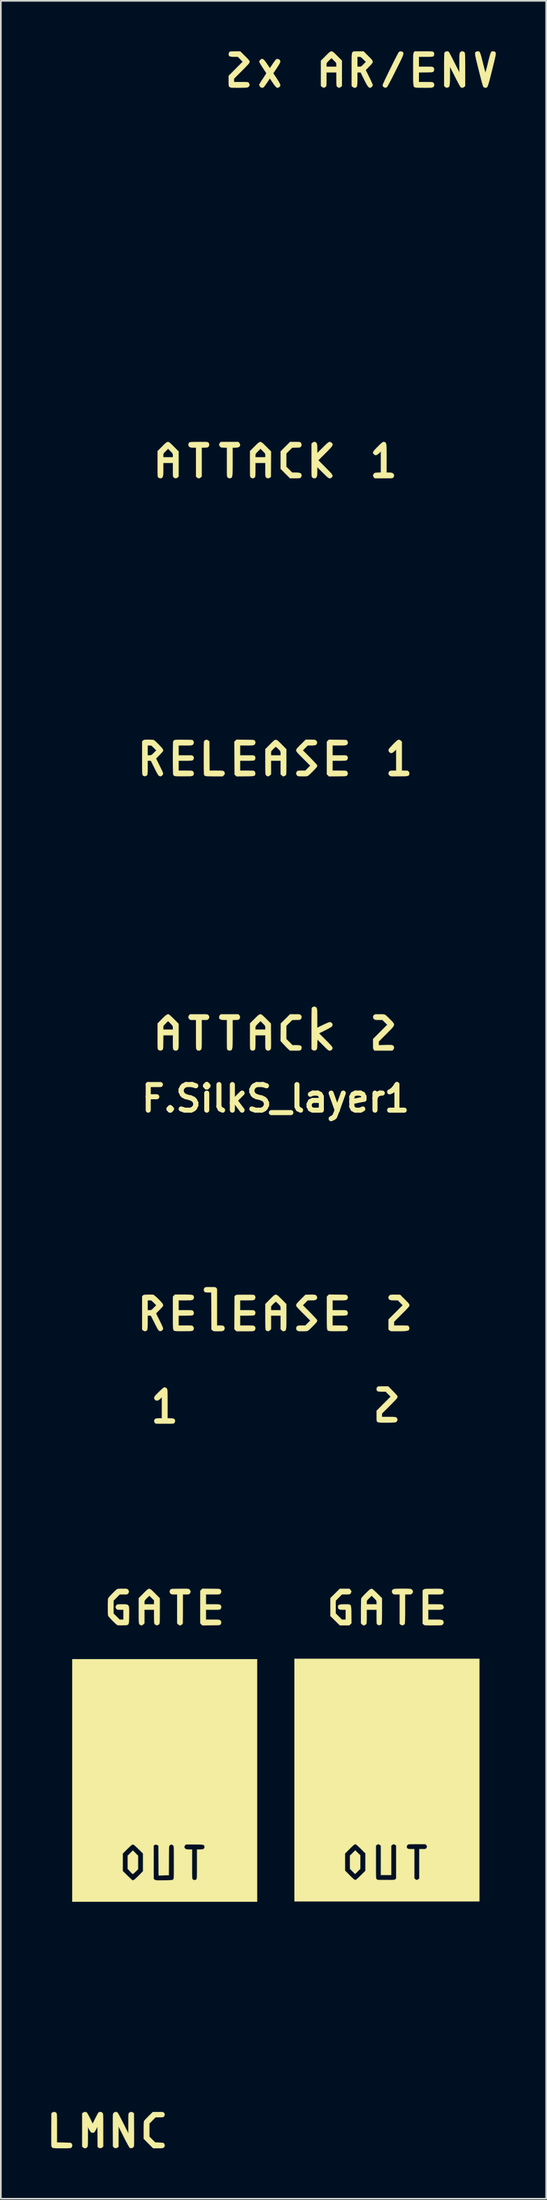
<source format=kicad_pcb>
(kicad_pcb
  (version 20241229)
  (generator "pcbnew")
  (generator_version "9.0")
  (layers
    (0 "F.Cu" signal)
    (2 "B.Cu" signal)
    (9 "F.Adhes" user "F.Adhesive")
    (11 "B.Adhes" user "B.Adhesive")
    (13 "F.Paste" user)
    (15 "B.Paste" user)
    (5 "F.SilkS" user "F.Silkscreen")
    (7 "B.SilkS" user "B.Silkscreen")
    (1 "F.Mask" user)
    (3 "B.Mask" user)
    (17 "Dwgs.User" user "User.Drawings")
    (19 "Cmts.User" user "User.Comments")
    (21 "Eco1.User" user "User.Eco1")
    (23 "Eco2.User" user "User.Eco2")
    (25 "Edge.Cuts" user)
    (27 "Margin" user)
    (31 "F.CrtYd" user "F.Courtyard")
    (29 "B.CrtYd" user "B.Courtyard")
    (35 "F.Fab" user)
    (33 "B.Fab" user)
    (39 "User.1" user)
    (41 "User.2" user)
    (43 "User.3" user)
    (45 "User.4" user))
  (footprint "F.SilkS_layer1"
    (layer "F.Cu")
    (at 13.358 62.324)
    (property "Reference" "F.SilkS_layer1" (at 0 0 0) (layer "F.SilkS") (effects (font (size 1.524 1.524) (thickness 0.3))))
    (attr through_hole)
    (fp_poly (pts (xy 4.889 44.884) (xy 5.038 45.031) (xy 5.038 45.837) (xy 4.884 45.99) (xy 4.73 46.143) (xy 4.577 45.989) (xy 4.424 45.835) (xy 4.424 45.052) (xy 4.583 44.895) (xy 4.741 44.737) (xy 4.889 44.884)) (stroke (width 0.01) (type solid)) (fill yes) (layer "F.SilkS"))
    (fp_poly (pts (xy -8.344 44.9) (xy -8.191 45.054) (xy -8.191 45.859) (xy -8.335 46.001) (xy -8.399 46.063) (xy -8.454 46.111) (xy -8.491 46.139) (xy -8.502 46.143) (xy -8.525 46.129) (xy -8.57 46.089) (xy -8.627 46.031) (xy -8.665 45.99) (xy -8.805 45.836) (xy -8.805 45.444) (xy -8.805 45.052) (xy -8.651 44.899) (xy -8.497 44.746) (xy -8.344 44.9)) (stroke (width 0.01) (type solid)) (fill yes) (layer "F.SilkS"))
    (fp_poly (pts (xy -4.401 -39.073) (xy -4.275 -39.073) (xy -4.182 -39.071) (xy -4.115 -39.068) (xy -4.068 -39.063) (xy -4.038 -39.055) (xy -4.017 -39.046) (xy -4.002 -39.033) (xy -4 -39.031) (xy -3.961 -38.964) (xy -3.955 -38.886) (xy -3.983 -38.812) (xy -4.003 -38.788) (xy -4.032 -38.766) (xy -4.076 -38.751) (xy -4.143 -38.743) (xy -4.223 -38.738) (xy -4.403 -38.731) (xy -4.403 -37.019) (xy -4.455 -36.967) (xy -4.523 -36.923) (xy -4.572 -36.915) (xy -4.646 -36.934) (xy -4.689 -36.967) (xy -4.741 -37.019) (xy -4.741 -38.735) (xy -4.895 -38.735) (xy -5.012 -38.742) (xy -5.095 -38.762) (xy -5.15 -38.8) (xy -5.18 -38.844) (xy -5.193 -38.91) (xy -5.179 -38.981) (xy -5.143 -39.037) (xy -5.121 -39.053) (xy -5.089 -39.059) (xy -5.02 -39.064) (xy -4.92 -39.069) (xy -4.793 -39.072) (xy -4.646 -39.073) (xy -4.563 -39.074) (xy -4.401 -39.073)) (stroke (width 0.01) (type solid)) (fill yes) (layer "F.SilkS"))
    (fp_poly (pts (xy 1.274 -39.073) (xy 1.358 -39.071) (xy 1.414 -39.067) (xy 1.451 -39.059) (xy 1.475 -39.047) (xy 1.496 -39.028) (xy 1.499 -39.025) (xy 1.537 -38.956) (xy 1.541 -38.877) (xy 1.51 -38.803) (xy 1.505 -38.796) (xy 1.484 -38.774) (xy 1.458 -38.759) (xy 1.419 -38.75) (xy 1.358 -38.744) (xy 1.266 -38.74) (xy 1.224 -38.739) (xy 0.984 -38.732) (xy 0.635 -38.387) (xy 0.635 -37.602) (xy 0.985 -37.253) (xy 1.177 -37.253) (xy 1.318 -37.248) (xy 1.421 -37.232) (xy 1.489 -37.204) (xy 1.524 -37.168) (xy 1.545 -37.091) (xy 1.532 -37.015) (xy 1.496 -36.961) (xy 1.474 -36.942) (xy 1.447 -36.93) (xy 1.409 -36.922) (xy 1.35 -36.917) (xy 1.265 -36.915) (xy 1.151 -36.915) (xy 0.855 -36.915) (xy 0.576 -37.197) (xy 0.296 -37.479) (xy 0.296 -38.511) (xy 0.578 -38.792) (xy 0.859 -39.074) (xy 1.156 -39.074) (xy 1.274 -39.073)) (stroke (width 0.01) (type solid)) (fill yes) (layer "F.SilkS"))
    (fp_poly (pts (xy -4.027 -21.322) (xy -4.009 -21.308) (xy -3.948 -21.255) (xy -3.941 -20.385) (xy -3.935 -19.516) (xy -3.536 -19.516) (xy -3.382 -19.515) (xy -3.265 -19.512) (xy -3.18 -19.505) (xy -3.12 -19.492) (xy -3.081 -19.472) (xy -3.057 -19.444) (xy -3.042 -19.405) (xy -3.035 -19.374) (xy -3.032 -19.323) (xy -3.05 -19.282) (xy -3.086 -19.241) (xy -3.151 -19.177) (xy -3.644 -19.178) (xy -3.787 -19.18) (xy -3.918 -19.182) (xy -4.03 -19.186) (xy -4.116 -19.19) (xy -4.17 -19.195) (xy -4.184 -19.198) (xy -4.232 -19.231) (xy -4.253 -19.259) (xy -4.259 -19.293) (xy -4.265 -19.369) (xy -4.269 -19.487) (xy -4.272 -19.648) (xy -4.274 -19.851) (xy -4.275 -20.095) (xy -4.276 -20.274) (xy -4.276 -20.503) (xy -4.275 -20.694) (xy -4.274 -20.85) (xy -4.273 -20.975) (xy -4.271 -21.073) (xy -4.268 -21.147) (xy -4.264 -21.201) (xy -4.259 -21.239) (xy -4.253 -21.265) (xy -4.245 -21.282) (xy -4.239 -21.291) (xy -4.175 -21.339) (xy -4.101 -21.35) (xy -4.027 -21.322)) (stroke (width 0.01) (type solid)) (fill yes) (layer "F.SilkS"))
    (fp_poly (pts (xy -3.763 11.219) (xy -3.68 11.221) (xy -3.624 11.225) (xy -3.587 11.233) (xy -3.562 11.246) (xy -3.542 11.264) (xy -3.539 11.267) (xy -3.493 11.316) (xy -3.493 13.504) (xy -3.317 13.504) (xy -3.205 13.508) (xy -3.13 13.521) (xy -3.097 13.536) (xy -3.052 13.591) (xy -3.035 13.661) (xy -3.047 13.733) (xy -3.086 13.793) (xy -3.125 13.819) (xy -3.167 13.829) (xy -3.243 13.837) (xy -3.343 13.842) (xy -3.439 13.843) (xy -3.55 13.842) (xy -3.627 13.84) (xy -3.679 13.834) (xy -3.714 13.824) (xy -3.742 13.807) (xy -3.761 13.792) (xy -3.821 13.741) (xy -3.826 12.638) (xy -3.832 11.536) (xy -4.012 11.536) (xy -4.104 11.534) (xy -4.164 11.528) (xy -4.203 11.516) (xy -4.232 11.495) (xy -4.233 11.493) (xy -4.269 11.43) (xy -4.273 11.356) (xy -4.246 11.287) (xy -4.227 11.264) (xy -4.204 11.246) (xy -4.178 11.233) (xy -4.139 11.225) (xy -4.081 11.221) (xy -3.996 11.219) (xy -3.881 11.218) (xy -3.763 11.219)) (stroke (width 0.01) (type solid)) (fill yes) (layer "F.SilkS"))
    (fp_poly (pts (xy 1.265 -5.016) (xy 1.348 -5.013) (xy 1.405 -5.008) (xy 1.444 -4.999) (xy 1.473 -4.985) (xy 1.489 -4.973) (xy 1.534 -4.913) (xy 1.545 -4.84) (xy 1.523 -4.765) (xy 1.505 -4.738) (xy 1.484 -4.717) (xy 1.458 -4.702) (xy 1.419 -4.692) (xy 1.358 -4.687) (xy 1.266 -4.683) (xy 1.224 -4.682) (xy 0.984 -4.675) (xy 0.635 -4.33) (xy 0.635 -3.545) (xy 1.006 -3.175) (xy 1.233 -3.175) (xy 1.356 -3.172) (xy 1.443 -3.161) (xy 1.499 -3.139) (xy 1.531 -3.103) (xy 1.544 -3.05) (xy 1.545 -3.016) (xy 1.53 -2.941) (xy 1.503 -2.9) (xy 1.482 -2.883) (xy 1.456 -2.871) (xy 1.415 -2.864) (xy 1.354 -2.86) (xy 1.264 -2.858) (xy 1.158 -2.857) (xy 0.856 -2.857) (xy 0.779 -2.921) (xy 0.736 -2.961) (xy 0.672 -3.024) (xy 0.596 -3.102) (xy 0.516 -3.189) (xy 0.498 -3.208) (xy 0.294 -3.431) (xy 0.307 -4.468) (xy 0.584 -4.742) (xy 0.86 -5.016) (xy 1.147 -5.016) (xy 1.265 -5.016)) (stroke (width 0.01) (type solid)) (fill yes) (layer "F.SilkS"))
    (fp_poly (pts (xy 7.523 -62.303) (xy 7.562 -62.278) (xy 7.581 -62.256) (xy 7.595 -62.235) (xy 7.603 -62.21) (xy 7.604 -62.179) (xy 7.597 -62.139) (xy 7.58 -62.085) (xy 7.553 -62.015) (xy 7.514 -61.926) (xy 7.461 -61.814) (xy 7.394 -61.675) (xy 7.311 -61.507) (xy 7.211 -61.307) (xy 7.146 -61.177) (xy 7.033 -60.951) (xy 6.931 -60.751) (xy 6.841 -60.578) (xy 6.765 -60.434) (xy 6.704 -60.321) (xy 6.658 -60.241) (xy 6.629 -60.197) (xy 6.622 -60.189) (xy 6.548 -60.159) (xy 6.475 -60.17) (xy 6.427 -60.2) (xy 6.38 -60.258) (xy 6.371 -60.305) (xy 6.38 -60.335) (xy 6.407 -60.397) (xy 6.448 -60.488) (xy 6.501 -60.604) (xy 6.565 -60.739) (xy 6.637 -60.89) (xy 6.715 -61.051) (xy 6.797 -61.219) (xy 6.881 -61.389) (xy 6.964 -61.556) (xy 7.044 -61.717) (xy 7.119 -61.865) (xy 7.187 -61.998) (xy 7.245 -62.11) (xy 7.292 -62.198) (xy 7.325 -62.256) (xy 7.34 -62.278) (xy 7.389 -62.306) (xy 7.457 -62.314) (xy 7.523 -62.303)) (stroke (width 0.01) (type solid)) (fill yes) (layer "F.SilkS"))
    (fp_poly (pts (xy -2.169 -39.022) (xy -2.125 -38.95) (xy -2.12 -38.868) (xy -2.13 -38.831) (xy -2.17 -38.785) (xy -2.246 -38.753) (xy -2.355 -38.737) (xy -2.412 -38.735) (xy -2.561 -38.735) (xy -2.561 -37.925) (xy -2.562 -37.698) (xy -2.563 -37.509) (xy -2.565 -37.355) (xy -2.569 -37.232) (xy -2.575 -37.137) (xy -2.583 -37.065) (xy -2.594 -37.012) (xy -2.607 -36.976) (xy -2.624 -36.952) (xy -2.643 -36.937) (xy -2.645 -36.936) (xy -2.723 -36.915) (xy -2.8 -36.928) (xy -2.854 -36.964) (xy -2.865 -36.977) (xy -2.875 -36.991) (xy -2.882 -37.012) (xy -2.888 -37.043) (xy -2.892 -37.088) (xy -2.895 -37.152) (xy -2.898 -37.237) (xy -2.899 -37.349) (xy -2.9 -37.491) (xy -2.9 -37.668) (xy -2.9 -37.872) (xy -2.9 -38.731) (xy -3.082 -38.738) (xy -3.171 -38.743) (xy -3.23 -38.75) (xy -3.268 -38.763) (xy -3.296 -38.785) (xy -3.314 -38.805) (xy -3.357 -38.879) (xy -3.358 -38.95) (xy -3.317 -39.018) (xy -3.314 -39.022) (xy -3.262 -39.074) (xy -2.221 -39.074) (xy -2.169 -39.022)) (stroke (width 0.01) (type solid)) (fill yes) (layer "F.SilkS"))
    (fp_poly (pts (xy -2.169 -4.965) (xy -2.126 -4.895) (xy -2.121 -4.817) (xy -2.154 -4.742) (xy -2.157 -4.738) (xy -2.182 -4.714) (xy -2.214 -4.698) (xy -2.263 -4.688) (xy -2.341 -4.683) (xy -2.379 -4.681) (xy -2.561 -4.673) (xy -2.561 -3.866) (xy -2.562 -3.639) (xy -2.563 -3.45) (xy -2.565 -3.297) (xy -2.569 -3.174) (xy -2.575 -3.078) (xy -2.583 -3.007) (xy -2.594 -2.955) (xy -2.607 -2.919) (xy -2.624 -2.895) (xy -2.644 -2.88) (xy -2.645 -2.879) (xy -2.718 -2.859) (xy -2.794 -2.866) (xy -2.855 -2.897) (xy -2.857 -2.9) (xy -2.868 -2.912) (xy -2.877 -2.927) (xy -2.883 -2.95) (xy -2.889 -2.984) (xy -2.893 -3.033) (xy -2.896 -3.102) (xy -2.898 -3.195) (xy -2.899 -3.314) (xy -2.9 -3.466) (xy -2.9 -3.653) (xy -2.9 -3.81) (xy -2.9 -4.678) (xy -3.06 -4.678) (xy -3.189 -4.686) (xy -3.282 -4.711) (xy -3.34 -4.752) (xy -3.352 -4.774) (xy -3.364 -4.859) (xy -3.337 -4.936) (xy -3.314 -4.965) (xy -3.262 -5.016) (xy -2.221 -5.016) (xy -2.169 -4.965)) (stroke (width 0.01) (type solid)) (fill yes) (layer "F.SilkS"))
    (fp_poly (pts (xy 7.746 29.167) (xy 7.865 29.17) (xy 7.964 29.176) (xy 8.036 29.183) (xy 8.071 29.192) (xy 8.137 29.247) (xy 8.168 29.315) (xy 8.162 29.388) (xy 8.118 29.454) (xy 8.089 29.48) (xy 8.056 29.495) (xy 8.008 29.503) (xy 7.934 29.506) (xy 7.886 29.506) (xy 7.705 29.506) (xy 7.705 30.372) (xy 7.705 30.587) (xy 7.704 30.765) (xy 7.703 30.907) (xy 7.701 31.02) (xy 7.699 31.106) (xy 7.696 31.17) (xy 7.691 31.215) (xy 7.685 31.246) (xy 7.678 31.267) (xy 7.668 31.281) (xy 7.668 31.282) (xy 7.604 31.329) (xy 7.529 31.34) (xy 7.456 31.313) (xy 7.445 31.306) (xy 7.387 31.26) (xy 7.387 29.506) (xy 7.206 29.506) (xy 7.116 29.505) (xy 7.057 29.5) (xy 7.018 29.489) (xy 6.988 29.468) (xy 6.973 29.454) (xy 6.929 29.385) (xy 6.922 29.312) (xy 6.95 29.246) (xy 7.008 29.199) (xy 7.049 29.188) (xy 7.124 29.18) (xy 7.226 29.174) (xy 7.347 29.169) (xy 7.479 29.166) (xy 7.615 29.166) (xy 7.746 29.167)) (stroke (width 0.01) (type solid)) (fill yes) (layer "F.SilkS"))
    (fp_poly (pts (xy 4.447 29.23) (xy 4.494 29.287) (xy 4.506 29.34) (xy 4.486 29.403) (xy 4.478 29.42) (xy 4.456 29.456) (xy 4.43 29.48) (xy 4.392 29.495) (xy 4.332 29.503) (xy 4.244 29.506) (xy 4.162 29.506) (xy 3.947 29.506) (xy 3.577 29.878) (xy 3.577 30.64) (xy 3.763 30.824) (xy 3.948 31.009) (xy 4.17 31.009) (xy 4.17 30.416) (xy 3.992 30.416) (xy 3.876 30.412) (xy 3.796 30.395) (xy 3.747 30.363) (xy 3.722 30.313) (xy 3.717 30.258) (xy 3.721 30.201) (xy 3.738 30.16) (xy 3.772 30.131) (xy 3.83 30.113) (xy 3.916 30.103) (xy 4.037 30.099) (xy 4.106 30.099) (xy 4.22 30.098) (xy 4.31 30.099) (xy 4.378 30.106) (xy 4.427 30.124) (xy 4.461 30.157) (xy 4.483 30.21) (xy 4.495 30.288) (xy 4.5 30.394) (xy 4.503 30.533) (xy 4.504 30.701) (xy 4.511 31.222) (xy 4.385 31.348) (xy 3.824 31.348) (xy 3.542 31.068) (xy 3.26 30.789) (xy 3.26 29.727) (xy 3.542 29.447) (xy 3.824 29.168) (xy 4.385 29.168) (xy 4.447 29.23)) (stroke (width 0.01) (type solid)) (fill yes) (layer "F.SilkS"))
    (fp_poly (pts (xy -5.326 29.171) (xy -5.256 29.174) (xy -5.208 29.18) (xy -5.175 29.188) (xy -5.153 29.198) (xy -5.153 29.198) (xy -5.09 29.26) (xy -5.066 29.332) (xy -5.081 29.407) (xy -5.123 29.465) (xy -5.151 29.486) (xy -5.189 29.498) (xy -5.249 29.505) (xy -5.34 29.506) (xy -5.345 29.506) (xy -5.524 29.506) (xy -5.524 30.362) (xy -5.525 30.549) (xy -5.526 30.724) (xy -5.527 30.882) (xy -5.529 31.017) (xy -5.531 31.126) (xy -5.534 31.204) (xy -5.537 31.246) (xy -5.538 31.252) (xy -5.568 31.287) (xy -5.621 31.322) (xy -5.679 31.344) (xy -5.705 31.348) (xy -5.741 31.334) (xy -5.788 31.299) (xy -5.801 31.286) (xy -5.863 31.224) (xy -5.863 29.506) (xy -6.03 29.506) (xy -6.121 29.504) (xy -6.183 29.496) (xy -6.226 29.48) (xy -6.252 29.462) (xy -6.296 29.403) (xy -6.308 29.33) (xy -6.285 29.255) (xy -6.267 29.228) (xy -6.254 29.213) (xy -6.238 29.201) (xy -6.214 29.192) (xy -6.178 29.185) (xy -6.123 29.18) (xy -6.044 29.177) (xy -5.937 29.175) (xy -5.794 29.173) (xy -5.715 29.172) (xy -5.55 29.17) (xy -5.422 29.17) (xy -5.326 29.171)) (stroke (width 0.01) (type solid)) (fill yes) (layer "F.SilkS"))
    (fp_poly (pts (xy -6.881 60.304) (xy -6.796 60.306) (xy -6.738 60.31) (xy -6.701 60.318) (xy -6.675 60.33) (xy -6.655 60.347) (xy -6.65 60.353) (xy -6.611 60.421) (xy -6.608 60.495) (xy -6.641 60.563) (xy -6.653 60.575) (xy -6.679 60.596) (xy -6.711 60.61) (xy -6.758 60.617) (xy -6.83 60.621) (xy -6.923 60.621) (xy -7.145 60.621) (xy -7.514 60.993) (xy -7.514 61.776) (xy -7.165 62.121) (xy -6.925 62.128) (xy -6.82 62.132) (xy -6.749 62.136) (xy -6.703 62.144) (xy -6.673 62.157) (xy -6.652 62.176) (xy -6.644 62.185) (xy -6.609 62.257) (xy -6.607 62.332) (xy -6.639 62.399) (xy -6.66 62.419) (xy -6.686 62.437) (xy -6.718 62.449) (xy -6.763 62.457) (xy -6.828 62.461) (xy -6.923 62.463) (xy -7.003 62.463) (xy -7.29 62.463) (xy -7.572 62.182) (xy -7.853 61.9) (xy -7.853 61.397) (xy -7.852 61.227) (xy -7.85 61.093) (xy -7.847 60.993) (xy -7.842 60.92) (xy -7.834 60.871) (xy -7.825 60.84) (xy -7.823 60.837) (xy -7.798 60.803) (xy -7.748 60.746) (xy -7.68 60.673) (xy -7.599 60.591) (xy -7.55 60.542) (xy -7.306 60.304) (xy -7.001 60.304) (xy -6.881 60.304)) (stroke (width 0.01) (type solid)) (fill yes) (layer "F.SilkS"))
    (fp_poly (pts (xy -13.082 60.339) (xy -13.061 60.36) (xy -13.05 60.375) (xy -13.041 60.392) (xy -13.034 60.417) (xy -13.029 60.451) (xy -13.025 60.501) (xy -13.022 60.57) (xy -13.02 60.662) (xy -13.018 60.78) (xy -13.018 60.93) (xy -13.018 61.116) (xy -13.018 61.269) (xy -13.018 62.122) (xy -12.603 62.128) (xy -12.461 62.131) (xy -12.354 62.133) (xy -12.279 62.137) (xy -12.227 62.142) (xy -12.193 62.15) (xy -12.171 62.161) (xy -12.156 62.175) (xy -12.148 62.185) (xy -12.113 62.256) (xy -12.112 62.334) (xy -12.143 62.403) (xy -12.156 62.417) (xy -12.173 62.431) (xy -12.192 62.442) (xy -12.22 62.45) (xy -12.261 62.456) (xy -12.321 62.459) (xy -12.405 62.462) (xy -12.519 62.463) (xy -12.668 62.463) (xy -12.728 62.463) (xy -12.891 62.463) (xy -13.016 62.462) (xy -13.11 62.46) (xy -13.178 62.457) (xy -13.224 62.452) (xy -13.255 62.445) (xy -13.276 62.435) (xy -13.291 62.422) (xy -13.292 62.421) (xy -13.329 62.371) (xy -13.346 62.331) (xy -13.348 62.3) (xy -13.35 62.232) (xy -13.352 62.13) (xy -13.353 62) (xy -13.353 61.845) (xy -13.353 61.67) (xy -13.352 61.481) (xy -13.352 61.334) (xy -13.346 60.385) (xy -13.296 60.344) (xy -13.224 60.309) (xy -13.148 60.307) (xy -13.082 60.339)) (stroke (width 0.01) (type solid)) (fill yes) (layer "F.SilkS"))
    (fp_poly (pts (xy -4.42 -5.016) (xy -4.296 -5.016) (xy -4.203 -5.014) (xy -4.137 -5.011) (xy -4.09 -5.006) (xy -4.059 -4.998) (xy -4.036 -4.988) (xy -4.017 -4.974) (xy -4.009 -4.967) (xy -3.962 -4.903) (xy -3.953 -4.83) (xy -3.981 -4.759) (xy -4.011 -4.725) (xy -4.046 -4.701) (xy -4.087 -4.686) (xy -4.147 -4.679) (xy -4.235 -4.678) (xy -4.403 -4.678) (xy -4.403 -3.823) (xy -4.403 -3.611) (xy -4.403 -3.436) (xy -4.404 -3.296) (xy -4.405 -3.185) (xy -4.408 -3.101) (xy -4.411 -3.038) (xy -4.415 -2.993) (xy -4.421 -2.962) (xy -4.429 -2.94) (xy -4.439 -2.924) (xy -4.447 -2.913) (xy -4.492 -2.873) (xy -4.551 -2.858) (xy -4.572 -2.857) (xy -4.638 -2.866) (xy -4.685 -2.899) (xy -4.697 -2.913) (xy -4.708 -2.928) (xy -4.717 -2.946) (xy -4.724 -2.97) (xy -4.73 -3.005) (xy -4.734 -3.055) (xy -4.737 -3.123) (xy -4.739 -3.215) (xy -4.74 -3.334) (xy -4.741 -3.484) (xy -4.741 -3.669) (xy -4.741 -3.823) (xy -4.741 -4.678) (xy -4.909 -4.678) (xy -4.998 -4.679) (xy -5.057 -4.686) (xy -5.098 -4.701) (xy -5.133 -4.726) (xy -5.135 -4.727) (xy -5.183 -4.792) (xy -5.192 -4.866) (xy -5.162 -4.94) (xy -5.143 -4.964) (xy -5.094 -5.016) (xy -4.58 -5.016) (xy -4.42 -5.016)) (stroke (width 0.01) (type solid)) (fill yes) (layer "F.SilkS"))
    (fp_poly (pts (xy 6.317 -5.015) (xy 6.417 -5.009) (xy 6.483 -4.998) (xy 6.515 -4.987) (xy 6.549 -4.962) (xy 6.606 -4.912) (xy 6.679 -4.844) (xy 6.762 -4.763) (xy 6.81 -4.713) (xy 6.894 -4.629) (xy 6.961 -4.559) (xy 7.009 -4.501) (xy 7.038 -4.448) (xy 7.047 -4.397) (xy 7.034 -4.343) (xy 6.999 -4.281) (xy 6.939 -4.207) (xy 6.854 -4.116) (xy 6.743 -4.004) (xy 6.605 -3.865) (xy 6.593 -3.853) (xy 6.138 -3.395) (xy 6.138 -3.172) (xy 6.508 -3.187) (xy 6.666 -3.192) (xy 6.787 -3.193) (xy 6.877 -3.187) (xy 6.942 -3.175) (xy 6.986 -3.156) (xy 7.016 -3.129) (xy 7.028 -3.11) (xy 7.048 -3.032) (xy 7.029 -2.954) (xy 6.997 -2.909) (xy 6.945 -2.857) (xy 5.887 -2.857) (xy 5.844 -2.913) (xy 5.826 -2.94) (xy 5.813 -2.971) (xy 5.806 -3.016) (xy 5.802 -3.082) (xy 5.8 -3.177) (xy 5.8 -3.256) (xy 5.8 -3.543) (xy 6.646 -4.393) (xy 6.36 -4.678) (xy 6.155 -4.678) (xy 6.031 -4.681) (xy 5.942 -4.692) (xy 5.881 -4.713) (xy 5.842 -4.745) (xy 5.823 -4.776) (xy 5.801 -4.855) (xy 5.817 -4.92) (xy 5.852 -4.965) (xy 5.875 -4.986) (xy 5.9 -5) (xy 5.935 -5.009) (xy 5.989 -5.014) (xy 6.069 -5.016) (xy 6.181 -5.016) (xy 6.317 -5.015)) (stroke (width 0.01) (type solid)) (fill yes) (layer "F.SilkS"))
    (fp_poly (pts (xy 3.359 -62.309) (xy 3.421 -62.277) (xy 3.494 -62.216) (xy 3.586 -62.127) (xy 3.673 -62.039) (xy 3.948 -61.764) (xy 3.948 -60.258) (xy 3.888 -60.207) (xy 3.814 -60.164) (xy 3.743 -60.163) (xy 3.675 -60.204) (xy 3.671 -60.208) (xy 3.653 -60.227) (xy 3.64 -60.247) (xy 3.631 -60.275) (xy 3.625 -60.317) (xy 3.622 -60.379) (xy 3.62 -60.467) (xy 3.62 -60.589) (xy 3.619 -60.663) (xy 3.619 -61.066) (xy 3.027 -61.066) (xy 3.027 -60.663) (xy 3.027 -60.523) (xy 3.026 -60.419) (xy 3.023 -60.344) (xy 3.019 -60.293) (xy 3.011 -60.26) (xy 3 -60.236) (xy 2.984 -60.217) (xy 2.975 -60.208) (xy 2.908 -60.164) (xy 2.836 -60.163) (xy 2.763 -60.203) (xy 2.758 -60.207) (xy 2.699 -60.258) (xy 2.699 -61.516) (xy 3.027 -61.516) (xy 3.027 -61.404) (xy 3.619 -61.404) (xy 3.619 -61.516) (xy 3.618 -61.568) (xy 3.611 -61.608) (xy 3.593 -61.645) (xy 3.557 -61.688) (xy 3.498 -61.748) (xy 3.471 -61.775) (xy 3.323 -61.922) (xy 3.175 -61.775) (xy 3.107 -61.707) (xy 3.064 -61.659) (xy 3.04 -61.621) (xy 3.03 -61.583) (xy 3.027 -61.537) (xy 3.027 -61.516) (xy 2.699 -61.516) (xy 2.699 -61.764) (xy 2.974 -62.039) (xy 3.085 -62.15) (xy 3.171 -62.233) (xy 3.241 -62.287) (xy 3.301 -62.312) (xy 3.359 -62.309)) (stroke (width 0.01) (type solid)) (fill yes) (layer "F.SilkS"))
    (fp_poly (pts (xy 7.384 -21.347) (xy 7.44 -21.307) (xy 7.452 -21.295) (xy 7.514 -21.233) (xy 7.514 -19.516) (xy 7.69 -19.516) (xy 7.78 -19.514) (xy 7.838 -19.509) (xy 7.875 -19.497) (xy 7.903 -19.476) (xy 7.913 -19.467) (xy 7.95 -19.401) (xy 7.958 -19.326) (xy 7.938 -19.257) (xy 7.914 -19.228) (xy 7.897 -19.215) (xy 7.874 -19.205) (xy 7.84 -19.198) (xy 7.788 -19.192) (xy 7.715 -19.188) (xy 7.614 -19.185) (xy 7.48 -19.183) (xy 7.357 -19.181) (xy 7.197 -19.179) (xy 7.073 -19.179) (xy 6.98 -19.179) (xy 6.913 -19.182) (xy 6.866 -19.186) (xy 6.834 -19.194) (xy 6.811 -19.204) (xy 6.792 -19.217) (xy 6.79 -19.218) (xy 6.736 -19.283) (xy 6.72 -19.358) (xy 6.742 -19.431) (xy 6.793 -19.489) (xy 6.832 -19.502) (xy 6.904 -19.511) (xy 6.998 -19.515) (xy 7.001 -19.515) (xy 7.176 -19.516) (xy 7.176 -20.77) (xy 7.073 -20.675) (xy 6.995 -20.607) (xy 6.933 -20.571) (xy 6.879 -20.561) (xy 6.826 -20.576) (xy 6.821 -20.578) (xy 6.757 -20.629) (xy 6.725 -20.697) (xy 6.73 -20.772) (xy 6.732 -20.778) (xy 6.755 -20.815) (xy 6.803 -20.874) (xy 6.869 -20.948) (xy 6.946 -21.031) (xy 7.028 -21.115) (xy 7.108 -21.193) (xy 7.18 -21.26) (xy 7.236 -21.308) (xy 7.264 -21.327) (xy 7.331 -21.353) (xy 7.384 -21.347)) (stroke (width 0.01) (type solid)) (fill yes) (layer "F.SilkS"))
    (fp_poly (pts (xy 6.469 -39.074) (xy 6.51 -39.057) (xy 6.518 -39.053) (xy 6.539 -39.039) (xy 6.556 -39.019) (xy 6.57 -38.988) (xy 6.581 -38.943) (xy 6.589 -38.88) (xy 6.595 -38.796) (xy 6.599 -38.686) (xy 6.602 -38.547) (xy 6.603 -38.374) (xy 6.604 -38.164) (xy 6.604 -38.076) (xy 6.604 -37.253) (xy 6.74 -37.253) (xy 6.868 -37.245) (xy 6.959 -37.22) (xy 7.017 -37.175) (xy 7.045 -37.109) (xy 7.048 -37.072) (xy 7.029 -36.998) (xy 7 -36.961) (xy 6.983 -36.946) (xy 6.963 -36.935) (xy 6.936 -36.927) (xy 6.895 -36.922) (xy 6.835 -36.918) (xy 6.751 -36.916) (xy 6.637 -36.915) (xy 6.488 -36.915) (xy 6.427 -36.915) (xy 5.904 -36.915) (xy 5.852 -36.967) (xy 5.808 -37.034) (xy 5.806 -37.105) (xy 5.847 -37.179) (xy 5.849 -37.182) (xy 5.877 -37.21) (xy 5.909 -37.228) (xy 5.955 -37.239) (xy 6.026 -37.246) (xy 6.082 -37.249) (xy 6.265 -37.259) (xy 6.265 -38.508) (xy 6.15 -38.399) (xy 6.063 -38.328) (xy 5.99 -38.293) (xy 5.925 -38.294) (xy 5.865 -38.33) (xy 5.852 -38.342) (xy 5.819 -38.38) (xy 5.801 -38.416) (xy 5.801 -38.455) (xy 5.822 -38.503) (xy 5.865 -38.563) (xy 5.933 -38.64) (xy 6.028 -38.74) (xy 6.079 -38.791) (xy 6.187 -38.899) (xy 6.271 -38.978) (xy 6.336 -39.032) (xy 6.387 -39.064) (xy 6.43 -39.077) (xy 6.469 -39.074)) (stroke (width 0.01) (type solid)) (fill yes) (layer "F.SilkS"))
    (fp_poly (pts (xy -10.355 60.323) (xy -10.31 60.36) (xy -10.299 60.374) (xy -10.291 60.39) (xy -10.284 60.413) (xy -10.278 60.445) (xy -10.274 60.492) (xy -10.271 60.556) (xy -10.269 60.641) (xy -10.267 60.752) (xy -10.266 60.892) (xy -10.266 61.064) (xy -10.266 61.274) (xy -10.266 61.387) (xy -10.266 62.359) (xy -10.318 62.411) (xy -10.388 62.454) (xy -10.466 62.459) (xy -10.54 62.425) (xy -10.544 62.422) (xy -10.594 62.382) (xy -10.6 61.782) (xy -10.607 61.182) (xy -10.696 61.351) (xy -10.742 61.436) (xy -10.778 61.489) (xy -10.811 61.521) (xy -10.847 61.538) (xy -10.853 61.539) (xy -10.917 61.545) (xy -10.974 61.522) (xy -11.029 61.465) (xy -11.087 61.372) (xy -11.101 61.346) (xy -11.174 61.203) (xy -11.175 61.76) (xy -11.176 61.937) (xy -11.177 62.077) (xy -11.18 62.184) (xy -11.185 62.263) (xy -11.191 62.319) (xy -11.199 62.357) (xy -11.207 62.377) (xy -11.258 62.437) (xy -11.326 62.463) (xy -11.399 62.454) (xy -11.463 62.411) (xy -11.515 62.359) (xy -11.515 60.396) (xy -11.466 60.35) (xy -11.398 60.312) (xy -11.32 60.307) (xy -11.25 60.333) (xy -11.226 60.362) (xy -11.189 60.421) (xy -11.142 60.505) (xy -11.089 60.606) (xy -11.049 60.683) (xy -10.891 61.003) (xy -10.735 60.691) (xy -10.68 60.583) (xy -10.63 60.486) (xy -10.588 60.409) (xy -10.557 60.357) (xy -10.546 60.341) (xy -10.492 60.308) (xy -10.423 60.303) (xy -10.355 60.323)) (stroke (width 0.01) (type solid)) (fill yes) (layer "F.SilkS"))
    (fp_poly (pts (xy -9.465 60.31) (xy -9.404 60.351) (xy -9.384 60.382) (xy -9.347 60.445) (xy -9.298 60.536) (xy -9.238 60.65) (xy -9.169 60.782) (xy -9.096 60.926) (xy -9.063 60.992) (xy -8.765 61.584) (xy -8.764 60.99) (xy -8.764 60.816) (xy -8.763 60.68) (xy -8.762 60.575) (xy -8.759 60.499) (xy -8.755 60.444) (xy -8.749 60.408) (xy -8.741 60.383) (xy -8.73 60.366) (xy -8.717 60.352) (xy -8.714 60.35) (xy -8.645 60.312) (xy -8.566 60.308) (xy -8.492 60.339) (xy -8.485 60.344) (xy -8.435 60.385) (xy -8.429 61.334) (xy -8.428 61.532) (xy -8.427 61.718) (xy -8.427 61.887) (xy -8.428 62.036) (xy -8.429 62.159) (xy -8.431 62.253) (xy -8.433 62.311) (xy -8.434 62.33) (xy -8.471 62.401) (xy -8.533 62.446) (xy -8.608 62.46) (xy -8.68 62.441) (xy -8.7 62.416) (xy -8.737 62.357) (xy -8.788 62.268) (xy -8.851 62.151) (xy -8.925 62.011) (xy -9.006 61.852) (xy -9.037 61.79) (xy -9.353 61.161) (xy -9.355 61.768) (xy -9.356 62.375) (xy -9.411 62.419) (xy -9.487 62.457) (xy -9.562 62.455) (xy -9.629 62.411) (xy -9.632 62.408) (xy -9.684 62.354) (xy -9.69 61.44) (xy -9.691 61.245) (xy -9.692 61.06) (xy -9.691 60.892) (xy -9.691 60.744) (xy -9.689 60.622) (xy -9.687 60.529) (xy -9.685 60.471) (xy -9.684 60.456) (xy -9.653 60.379) (xy -9.6 60.327) (xy -9.534 60.302) (xy -9.465 60.31)) (stroke (width 0.01) (type solid)) (fill yes) (layer "F.SilkS"))
    (fp_poly (pts (xy 7.138 11.668) (xy 7.408 11.673) (xy 7.683 11.948) (xy 7.781 12.047) (xy 7.853 12.121) (xy 7.903 12.177) (xy 7.934 12.218) (xy 7.951 12.251) (xy 7.958 12.279) (xy 7.959 12.298) (xy 7.957 12.321) (xy 7.949 12.345) (xy 7.932 12.375) (xy 7.904 12.413) (xy 7.86 12.464) (xy 7.797 12.53) (xy 7.713 12.616) (xy 7.605 12.726) (xy 7.504 12.827) (xy 7.048 13.282) (xy 7.048 13.504) (xy 7.461 13.504) (xy 7.604 13.505) (xy 7.711 13.506) (xy 7.787 13.508) (xy 7.84 13.513) (xy 7.875 13.521) (xy 7.898 13.531) (xy 7.915 13.545) (xy 7.916 13.547) (xy 7.949 13.606) (xy 7.958 13.68) (xy 7.941 13.75) (xy 7.93 13.768) (xy 7.905 13.79) (xy 7.863 13.807) (xy 7.799 13.82) (xy 7.71 13.83) (xy 7.59 13.836) (xy 7.437 13.84) (xy 7.256 13.841) (xy 7.113 13.842) (xy 7.007 13.841) (xy 6.93 13.839) (xy 6.876 13.835) (xy 6.839 13.828) (xy 6.814 13.817) (xy 6.792 13.803) (xy 6.78 13.792) (xy 6.72 13.741) (xy 6.72 13.145) (xy 7.143 12.722) (xy 7.566 12.298) (xy 7.272 12.002) (xy 7.053 12.002) (xy 6.937 12) (xy 6.855 11.993) (xy 6.801 11.978) (xy 6.765 11.954) (xy 6.74 11.916) (xy 6.732 11.898) (xy 6.717 11.841) (xy 6.729 11.789) (xy 6.734 11.776) (xy 6.761 11.732) (xy 6.796 11.701) (xy 6.847 11.681) (xy 6.921 11.67) (xy 7.024 11.666) (xy 7.138 11.668)) (stroke (width 0.01) (type solid)) (fill yes) (layer "F.SilkS"))
    (fp_poly (pts (xy -6.502 17.226) (xy -6.467 17.271) (xy -6.459 17.293) (xy -6.452 17.324) (xy -6.446 17.371) (xy -6.442 17.435) (xy -6.439 17.522) (xy -6.437 17.635) (xy -6.436 17.779) (xy -6.435 17.957) (xy -6.435 18.173) (xy -6.435 19.029) (xy -6.255 19.029) (xy -6.142 19.034) (xy -6.065 19.051) (xy -6.018 19.083) (xy -5.995 19.134) (xy -5.99 19.188) (xy -6.005 19.263) (xy -6.032 19.304) (xy -6.048 19.317) (xy -6.067 19.327) (xy -6.096 19.334) (xy -6.14 19.34) (xy -6.204 19.343) (xy -6.294 19.345) (xy -6.414 19.346) (xy -6.57 19.346) (xy -6.611 19.346) (xy -6.776 19.346) (xy -6.904 19.345) (xy -6.999 19.344) (xy -7.069 19.341) (xy -7.116 19.336) (xy -7.148 19.329) (xy -7.168 19.32) (xy -7.183 19.308) (xy -7.187 19.303) (xy -7.22 19.24) (xy -7.225 19.166) (xy -7.203 19.099) (xy -7.177 19.068) (xy -7.143 19.048) (xy -7.094 19.035) (xy -7.022 19.03) (xy -6.951 19.029) (xy -6.773 19.029) (xy -6.773 17.776) (xy -6.881 17.873) (xy -6.952 17.931) (xy -7.008 17.962) (xy -7.059 17.97) (xy -7.059 17.971) (xy -7.142 17.954) (xy -7.199 17.906) (xy -7.225 17.834) (xy -7.226 17.814) (xy -7.224 17.783) (xy -7.215 17.753) (xy -7.194 17.719) (xy -7.157 17.673) (xy -7.101 17.613) (xy -7.022 17.531) (xy -6.963 17.472) (xy -6.874 17.385) (xy -6.793 17.308) (xy -6.724 17.248) (xy -6.674 17.208) (xy -6.652 17.195) (xy -6.57 17.192) (xy -6.502 17.226)) (stroke (width 0.01) (type solid)) (fill yes) (layer "F.SilkS"))
    (fp_poly (pts (xy -6.378 -39.068) (xy -6.317 -39.037) (xy -6.244 -38.976) (xy -6.153 -38.888) (xy -6.058 -38.791) (xy -5.779 -38.509) (xy -5.779 -37.019) (xy -5.83 -36.967) (xy -5.899 -36.923) (xy -5.948 -36.915) (xy -6.022 -36.934) (xy -6.065 -36.967) (xy -6.083 -36.986) (xy -6.097 -37.006) (xy -6.106 -37.034) (xy -6.112 -37.076) (xy -6.115 -37.138) (xy -6.117 -37.226) (xy -6.117 -37.348) (xy -6.117 -37.422) (xy -6.117 -37.825) (xy -6.689 -37.825) (xy -6.689 -37.458) (xy -6.69 -37.295) (xy -6.695 -37.17) (xy -6.704 -37.077) (xy -6.719 -37.011) (xy -6.739 -36.967) (xy -6.766 -36.94) (xy -6.774 -36.935) (xy -6.851 -36.915) (xy -6.927 -36.928) (xy -6.981 -36.964) (xy -6.993 -36.977) (xy -7.003 -36.993) (xy -7.011 -37.016) (xy -7.017 -37.049) (xy -7.021 -37.097) (xy -7.024 -37.165) (xy -7.026 -37.257) (xy -7.027 -37.377) (xy -7.027 -37.53) (xy -7.027 -37.719) (xy -7.027 -37.771) (xy -7.027 -38.275) (xy -6.689 -38.275) (xy -6.689 -38.163) (xy -6.117 -38.163) (xy -6.117 -38.274) (xy -6.118 -38.327) (xy -6.126 -38.367) (xy -6.146 -38.404) (xy -6.183 -38.449) (xy -6.243 -38.512) (xy -6.259 -38.528) (xy -6.402 -38.672) (xy -6.545 -38.529) (xy -6.612 -38.462) (xy -6.654 -38.415) (xy -6.677 -38.377) (xy -6.686 -38.339) (xy -6.689 -38.29) (xy -6.689 -38.275) (xy -7.027 -38.275) (xy -7.027 -38.529) (xy -6.757 -38.801) (xy -6.648 -38.911) (xy -6.563 -38.993) (xy -6.494 -39.046) (xy -6.435 -39.071) (xy -6.378 -39.068)) (stroke (width 0.01) (type solid)) (fill yes) (layer "F.SilkS"))
    (fp_poly (pts (xy -3.84 29.172) (xy -3.679 29.174) (xy -3.554 29.176) (xy -3.461 29.179) (xy -3.395 29.182) (xy -3.349 29.188) (xy -3.32 29.195) (xy -3.3 29.206) (xy -3.286 29.219) (xy -3.279 29.228) (xy -3.243 29.3) (xy -3.242 29.376) (xy -3.273 29.442) (xy -3.294 29.462) (xy -3.316 29.478) (xy -3.343 29.489) (xy -3.379 29.497) (xy -3.432 29.502) (xy -3.509 29.505) (xy -3.615 29.506) (xy -3.749 29.506) (xy -4.149 29.506) (xy -4.149 30.099) (xy -3.736 30.099) (xy -3.593 30.099) (xy -3.486 30.1) (xy -3.41 30.103) (xy -3.357 30.108) (xy -3.323 30.115) (xy -3.3 30.126) (xy -3.282 30.14) (xy -3.281 30.141) (xy -3.246 30.202) (xy -3.239 30.258) (xy -3.254 30.333) (xy -3.281 30.374) (xy -3.298 30.389) (xy -3.32 30.4) (xy -3.354 30.407) (xy -3.405 30.412) (xy -3.48 30.415) (xy -3.584 30.416) (xy -3.723 30.416) (xy -3.736 30.416) (xy -4.149 30.416) (xy -4.149 31.009) (xy -3.749 31.009) (xy -3.609 31.009) (xy -3.504 31.011) (xy -3.429 31.014) (xy -3.377 31.019) (xy -3.341 31.027) (xy -3.315 31.038) (xy -3.294 31.053) (xy -3.25 31.112) (xy -3.239 31.186) (xy -3.261 31.261) (xy -3.279 31.287) (xy -3.292 31.303) (xy -3.308 31.315) (xy -3.331 31.324) (xy -3.367 31.33) (xy -3.422 31.335) (xy -3.499 31.338) (xy -3.606 31.34) (xy -3.746 31.342) (xy -3.84 31.344) (xy -4.361 31.35) (xy -4.487 31.224) (xy -4.487 29.291) (xy -4.361 29.166) (xy -3.84 29.172)) (stroke (width 0.01) (type solid)) (fill yes) (layer "F.SilkS"))
    (fp_poly (pts (xy -1.813 -21.353) (xy -1.65 -21.351) (xy -1.525 -21.348) (xy -1.431 -21.345) (xy -1.363 -21.341) (xy -1.316 -21.335) (xy -1.285 -21.327) (xy -1.264 -21.316) (xy -1.251 -21.306) (xy -1.213 -21.246) (xy -1.205 -21.173) (xy -1.228 -21.103) (xy -1.262 -21.062) (xy -1.284 -21.047) (xy -1.311 -21.036) (xy -1.347 -21.028) (xy -1.4 -21.023) (xy -1.477 -21.02) (xy -1.583 -21.019) (xy -1.717 -21.018) (xy -2.117 -21.018) (xy -2.117 -20.426) (xy -1.704 -20.426) (xy -1.561 -20.426) (xy -1.454 -20.424) (xy -1.378 -20.422) (xy -1.325 -20.417) (xy -1.291 -20.41) (xy -1.268 -20.399) (xy -1.25 -20.385) (xy -1.249 -20.384) (xy -1.214 -20.322) (xy -1.206 -20.267) (xy -1.222 -20.192) (xy -1.249 -20.151) (xy -1.266 -20.136) (xy -1.288 -20.125) (xy -1.322 -20.118) (xy -1.373 -20.113) (xy -1.448 -20.11) (xy -1.552 -20.109) (xy -1.691 -20.108) (xy -1.704 -20.108) (xy -2.117 -20.108) (xy -2.117 -19.516) (xy -1.708 -19.516) (xy -1.566 -19.515) (xy -1.461 -19.515) (xy -1.386 -19.512) (xy -1.334 -19.508) (xy -1.3 -19.5) (xy -1.278 -19.49) (xy -1.26 -19.475) (xy -1.253 -19.467) (xy -1.215 -19.401) (xy -1.207 -19.326) (xy -1.227 -19.257) (xy -1.251 -19.228) (xy -1.268 -19.215) (xy -1.291 -19.205) (xy -1.325 -19.198) (xy -1.377 -19.192) (xy -1.45 -19.188) (xy -1.551 -19.185) (xy -1.685 -19.183) (xy -1.81 -19.181) (xy -2.324 -19.175) (xy -2.384 -19.227) (xy -2.445 -19.279) (xy -2.457 -21.232) (xy -2.329 -21.359) (xy -1.813 -21.353)) (stroke (width 0.01) (type solid)) (fill yes) (layer "F.SilkS"))
    (fp_poly (pts (xy -0.876 -39.067) (xy -0.815 -39.035) (xy -0.743 -38.976) (xy -0.652 -38.888) (xy -0.556 -38.792) (xy -0.274 -38.509) (xy -0.286 -36.996) (xy -0.336 -36.955) (xy -0.408 -36.919) (xy -0.483 -36.918) (xy -0.55 -36.949) (xy -0.57 -36.97) (xy -0.585 -36.993) (xy -0.597 -37.019) (xy -0.605 -37.055) (xy -0.61 -37.108) (xy -0.612 -37.185) (xy -0.614 -37.291) (xy -0.614 -37.426) (xy -0.614 -37.825) (xy -1.206 -37.825) (xy -1.206 -37.412) (xy -1.207 -37.269) (xy -1.208 -37.163) (xy -1.211 -37.086) (xy -1.215 -37.033) (xy -1.223 -36.999) (xy -1.233 -36.976) (xy -1.248 -36.958) (xy -1.249 -36.957) (xy -1.312 -36.921) (xy -1.386 -36.917) (xy -1.455 -36.944) (xy -1.478 -36.964) (xy -1.49 -36.977) (xy -1.5 -36.993) (xy -1.507 -37.016) (xy -1.513 -37.049) (xy -1.518 -37.097) (xy -1.521 -37.165) (xy -1.522 -37.257) (xy -1.523 -37.377) (xy -1.524 -37.529) (xy -1.524 -37.718) (xy -1.524 -37.772) (xy -1.524 -38.264) (xy -1.206 -38.264) (xy -1.206 -38.163) (xy -0.614 -38.163) (xy -0.614 -38.275) (xy -0.615 -38.328) (xy -0.622 -38.368) (xy -0.642 -38.405) (xy -0.679 -38.449) (xy -0.739 -38.511) (xy -0.757 -38.529) (xy -0.901 -38.671) (xy -1.054 -38.518) (xy -1.123 -38.447) (xy -1.167 -38.397) (xy -1.192 -38.358) (xy -1.204 -38.321) (xy -1.206 -38.278) (xy -1.206 -38.264) (xy -1.524 -38.264) (xy -1.524 -38.532) (xy -1.253 -38.803) (xy -1.145 -38.911) (xy -1.06 -38.992) (xy -0.992 -39.045) (xy -0.933 -39.07) (xy -0.876 -39.067)) (stroke (width 0.01) (type solid)) (fill yes) (layer "F.SilkS"))
    (fp_poly (pts (xy 3.695 -21.353) (xy 3.857 -21.351) (xy 3.981 -21.349) (xy 4.074 -21.346) (xy 4.141 -21.342) (xy 4.186 -21.337) (xy 4.216 -21.329) (xy 4.235 -21.319) (xy 4.249 -21.306) (xy 4.256 -21.297) (xy 4.292 -21.225) (xy 4.294 -21.149) (xy 4.262 -21.083) (xy 4.241 -21.062) (xy 4.219 -21.047) (xy 4.193 -21.036) (xy 4.156 -21.028) (xy 4.103 -21.023) (xy 4.027 -21.02) (xy 3.92 -21.019) (xy 3.786 -21.018) (xy 3.387 -21.018) (xy 3.387 -20.426) (xy 3.799 -20.426) (xy 3.942 -20.426) (xy 4.049 -20.424) (xy 4.125 -20.422) (xy 4.178 -20.417) (xy 4.213 -20.41) (xy 4.236 -20.399) (xy 4.253 -20.385) (xy 4.255 -20.384) (xy 4.29 -20.32) (xy 4.295 -20.246) (xy 4.267 -20.177) (xy 4.248 -20.154) (xy 4.229 -20.138) (xy 4.207 -20.127) (xy 4.175 -20.118) (xy 4.127 -20.113) (xy 4.057 -20.11) (xy 3.959 -20.109) (xy 3.827 -20.108) (xy 3.793 -20.108) (xy 3.387 -20.108) (xy 3.387 -19.516) (xy 3.786 -19.516) (xy 3.926 -19.515) (xy 4.031 -19.514) (xy 4.106 -19.511) (xy 4.159 -19.506) (xy 4.194 -19.498) (xy 4.22 -19.487) (xy 4.241 -19.472) (xy 4.285 -19.413) (xy 4.297 -19.339) (xy 4.274 -19.264) (xy 4.256 -19.238) (xy 4.243 -19.222) (xy 4.227 -19.21) (xy 4.204 -19.201) (xy 4.168 -19.195) (xy 4.114 -19.19) (xy 4.036 -19.187) (xy 3.929 -19.184) (xy 3.789 -19.182) (xy 3.695 -19.181) (xy 3.174 -19.175) (xy 3.048 -19.301) (xy 3.048 -21.233) (xy 3.174 -21.359) (xy 3.695 -21.353)) (stroke (width 0.01) (type solid)) (fill yes) (layer "F.SilkS"))
    (fp_poly (pts (xy -7.495 29.183) (xy -7.466 29.192) (xy -7.432 29.212) (xy -7.388 29.247) (xy -7.329 29.302) (xy -7.249 29.38) (xy -7.174 29.456) (xy -6.9 29.732) (xy -6.9 30.487) (xy -6.9 30.686) (xy -6.901 30.847) (xy -6.902 30.974) (xy -6.904 31.072) (xy -6.906 31.145) (xy -6.91 31.197) (xy -6.916 31.233) (xy -6.923 31.257) (xy -6.932 31.273) (xy -6.942 31.284) (xy -7.012 31.329) (xy -7.087 31.338) (xy -7.155 31.312) (xy -7.208 31.253) (xy -7.219 31.229) (xy -7.225 31.191) (xy -7.231 31.119) (xy -7.235 31.02) (xy -7.238 30.903) (xy -7.239 30.796) (xy -7.239 30.416) (xy -7.811 30.416) (xy -7.811 31.224) (xy -7.872 31.286) (xy -7.936 31.334) (xy -7.995 31.344) (xy -8.054 31.322) (xy -8.078 31.308) (xy -8.098 31.291) (xy -8.113 31.269) (xy -8.125 31.237) (xy -8.134 31.191) (xy -8.14 31.125) (xy -8.144 31.037) (xy -8.147 30.922) (xy -8.148 30.775) (xy -8.148 30.592) (xy -8.148 30.482) (xy -8.149 29.987) (xy -7.811 29.987) (xy -7.811 30.099) (xy -7.239 30.099) (xy -7.239 29.854) (xy -7.376 29.719) (xy -7.513 29.583) (xy -7.572 29.634) (xy -7.619 29.679) (xy -7.68 29.739) (xy -7.72 29.781) (xy -7.771 29.838) (xy -7.798 29.883) (xy -7.809 29.932) (xy -7.811 29.987) (xy -8.149 29.987) (xy -8.149 29.732) (xy -7.876 29.456) (xy -7.778 29.358) (xy -7.704 29.286) (xy -7.649 29.237) (xy -7.608 29.206) (xy -7.576 29.188) (xy -7.547 29.181) (xy -7.525 29.18) (xy -7.495 29.183)) (stroke (width 0.01) (type solid)) (fill yes) (layer "F.SilkS"))
    (fp_poly (pts (xy -2.106 -62.314) (xy -1.837 -62.05) (xy -1.748 -61.961) (xy -1.671 -61.879) (xy -1.609 -61.81) (xy -1.568 -61.759) (xy -1.554 -61.735) (xy -1.555 -61.678) (xy -1.574 -61.624) (xy -1.597 -61.594) (xy -1.646 -61.538) (xy -1.717 -61.462) (xy -1.805 -61.369) (xy -1.908 -61.264) (xy -2.02 -61.151) (xy -2.041 -61.13) (xy -2.477 -60.696) (xy -2.477 -60.494) (xy -2.064 -60.494) (xy -1.921 -60.494) (xy -1.814 -60.493) (xy -1.737 -60.49) (xy -1.685 -60.485) (xy -1.65 -60.478) (xy -1.627 -60.467) (xy -1.61 -60.453) (xy -1.609 -60.453) (xy -1.564 -60.382) (xy -1.555 -60.308) (xy -1.581 -60.239) (xy -1.64 -60.187) (xy -1.664 -60.176) (xy -1.7 -60.17) (xy -1.772 -60.165) (xy -1.872 -60.161) (xy -1.994 -60.158) (xy -2.131 -60.156) (xy -2.2 -60.156) (xy -2.356 -60.156) (xy -2.475 -60.157) (xy -2.563 -60.159) (xy -2.626 -60.163) (xy -2.67 -60.168) (xy -2.7 -60.177) (xy -2.723 -60.188) (xy -2.738 -60.2) (xy -2.76 -60.218) (xy -2.775 -60.237) (xy -2.785 -60.265) (xy -2.791 -60.309) (xy -2.793 -60.377) (xy -2.794 -60.474) (xy -2.794 -60.553) (xy -2.794 -60.862) (xy -1.959 -61.701) (xy -2.106 -61.849) (xy -2.253 -61.997) (xy -2.481 -61.997) (xy -2.604 -62) (xy -2.691 -62.011) (xy -2.747 -62.033) (xy -2.779 -62.068) (xy -2.793 -62.121) (xy -2.794 -62.156) (xy -2.779 -62.231) (xy -2.752 -62.272) (xy -2.731 -62.289) (xy -2.705 -62.301) (xy -2.664 -62.308) (xy -2.603 -62.312) (xy -2.512 -62.314) (xy -2.408 -62.315) (xy -2.106 -62.314)) (stroke (width 0.01) (type solid)) (fill yes) (layer "F.SilkS"))
    (fp_poly (pts (xy 6.967 17.394) (xy 7.055 17.484) (xy 7.132 17.566) (xy 7.193 17.636) (xy 7.234 17.686) (xy 7.249 17.71) (xy 7.249 17.764) (xy 7.231 17.816) (xy 7.208 17.846) (xy 7.159 17.901) (xy 7.088 17.977) (xy 7 18.07) (xy 6.898 18.175) (xy 6.786 18.287) (xy 6.764 18.309) (xy 6.329 18.743) (xy 6.329 18.944) (xy 6.738 18.944) (xy 6.88 18.944) (xy 6.986 18.946) (xy 7.062 18.949) (xy 7.115 18.953) (xy 7.15 18.961) (xy 7.173 18.972) (xy 7.191 18.986) (xy 7.241 19.053) (xy 7.25 19.124) (xy 7.235 19.171) (xy 7.216 19.204) (xy 7.193 19.23) (xy 7.16 19.25) (xy 7.112 19.264) (xy 7.044 19.273) (xy 6.951 19.279) (xy 6.827 19.281) (xy 6.667 19.282) (xy 6.612 19.283) (xy 6.455 19.282) (xy 6.335 19.282) (xy 6.246 19.28) (xy 6.182 19.276) (xy 6.137 19.27) (xy 6.106 19.262) (xy 6.084 19.251) (xy 6.067 19.239) (xy 6.045 19.221) (xy 6.03 19.201) (xy 6.02 19.173) (xy 6.015 19.129) (xy 6.012 19.062) (xy 6.011 18.964) (xy 6.011 18.886) (xy 6.011 18.576) (xy 6.429 18.157) (xy 6.846 17.738) (xy 6.699 17.589) (xy 6.552 17.441) (xy 6.324 17.441) (xy 6.201 17.438) (xy 6.114 17.427) (xy 6.058 17.406) (xy 6.026 17.37) (xy 6.013 17.318) (xy 6.011 17.283) (xy 6.027 17.207) (xy 6.054 17.166) (xy 6.074 17.149) (xy 6.101 17.138) (xy 6.141 17.13) (xy 6.203 17.126) (xy 6.293 17.124) (xy 6.398 17.124) (xy 6.7 17.124) (xy 6.967 17.394)) (stroke (width 0.01) (type solid)) (fill yes) (layer "F.SilkS"))
    (fp_poly (pts (xy 0.04 11.678) (xy 0.07 11.687) (xy 0.104 11.707) (xy 0.147 11.743) (xy 0.206 11.797) (xy 0.286 11.875) (xy 0.362 11.951) (xy 0.635 12.227) (xy 0.635 12.98) (xy 0.635 13.188) (xy 0.634 13.359) (xy 0.632 13.495) (xy 0.628 13.601) (xy 0.622 13.681) (xy 0.612 13.738) (xy 0.599 13.778) (xy 0.58 13.803) (xy 0.557 13.819) (xy 0.527 13.828) (xy 0.493 13.835) (xy 0.443 13.838) (xy 0.401 13.82) (xy 0.361 13.784) (xy 0.296 13.719) (xy 0.296 12.912) (xy -0.275 12.912) (xy -0.275 13.719) (xy -0.337 13.781) (xy -0.398 13.828) (xy -0.458 13.839) (xy -0.522 13.822) (xy -0.57 13.789) (xy -0.591 13.761) (xy -0.598 13.726) (xy -0.604 13.65) (xy -0.608 13.533) (xy -0.611 13.376) (xy -0.613 13.181) (xy -0.614 12.973) (xy -0.614 12.472) (xy -0.275 12.472) (xy -0.275 12.594) (xy 0.296 12.594) (xy 0.296 12.473) (xy 0.295 12.414) (xy 0.288 12.371) (xy 0.269 12.333) (xy 0.232 12.289) (xy 0.172 12.227) (xy 0.165 12.219) (xy 0.103 12.16) (xy 0.052 12.114) (xy 0.019 12.089) (xy 0.012 12.086) (xy -0.012 12.1) (xy -0.057 12.138) (xy -0.115 12.192) (xy -0.142 12.218) (xy -0.206 12.282) (xy -0.245 12.327) (xy -0.266 12.365) (xy -0.274 12.406) (xy -0.275 12.463) (xy -0.275 12.472) (xy -0.614 12.472) (xy -0.614 12.227) (xy -0.34 11.951) (xy -0.242 11.853) (xy -0.169 11.781) (xy -0.114 11.732) (xy -0.073 11.701) (xy -0.041 11.684) (xy -0.012 11.677) (xy 0.011 11.676) (xy 0.04 11.678)) (stroke (width 0.01) (type solid)) (fill yes) (layer "F.SilkS"))
    (fp_poly (pts (xy 2.184 -21.356) (xy 2.265 -21.354) (xy 2.321 -21.348) (xy 2.359 -21.338) (xy 2.387 -21.322) (xy 2.397 -21.315) (xy 2.45 -21.25) (xy 2.466 -21.176) (xy 2.445 -21.103) (xy 2.394 -21.046) (xy 2.353 -21.032) (xy 2.275 -21.023) (xy 2.163 -21.019) (xy 2.137 -21.019) (xy 1.914 -21.018) (xy 1.62 -20.722) (xy 2.036 -20.304) (xy 2.145 -20.193) (xy 2.244 -20.09) (xy 2.33 -19.998) (xy 2.398 -19.924) (xy 2.444 -19.869) (xy 2.465 -19.84) (xy 2.465 -19.839) (xy 2.466 -19.784) (xy 2.454 -19.744) (xy 2.428 -19.707) (xy 2.377 -19.649) (xy 2.309 -19.575) (xy 2.231 -19.494) (xy 2.148 -19.411) (xy 2.069 -19.334) (xy 1.999 -19.269) (xy 1.946 -19.224) (xy 1.922 -19.207) (xy 1.876 -19.192) (xy 1.803 -19.183) (xy 1.697 -19.179) (xy 1.615 -19.179) (xy 1.514 -19.18) (xy 1.427 -19.183) (xy 1.363 -19.188) (xy 1.333 -19.192) (xy 1.269 -19.235) (xy 1.233 -19.3) (xy 1.227 -19.374) (xy 1.254 -19.444) (xy 1.277 -19.47) (xy 1.303 -19.491) (xy 1.335 -19.504) (xy 1.382 -19.512) (xy 1.453 -19.515) (xy 1.547 -19.516) (xy 1.769 -19.516) (xy 2.063 -19.812) (xy 1.645 -20.23) (xy 1.522 -20.354) (xy 1.425 -20.452) (xy 1.352 -20.528) (xy 1.3 -20.586) (xy 1.264 -20.63) (xy 1.243 -20.663) (xy 1.232 -20.69) (xy 1.228 -20.714) (xy 1.228 -20.723) (xy 1.23 -20.752) (xy 1.24 -20.781) (xy 1.261 -20.816) (xy 1.298 -20.861) (xy 1.354 -20.921) (xy 1.434 -21.003) (xy 1.51 -21.078) (xy 1.792 -21.357) (xy 2.068 -21.357) (xy 2.184 -21.356)) (stroke (width 0.01) (type solid)) (fill yes) (layer "F.SilkS"))
    (fp_poly (pts (xy 0.04 -21.342) (xy 0.07 -21.333) (xy 0.104 -21.313) (xy 0.147 -21.277) (xy 0.206 -21.223) (xy 0.286 -21.145) (xy 0.362 -21.069) (xy 0.635 -20.793) (xy 0.635 -20.05) (xy 0.635 -19.876) (xy 0.634 -19.714) (xy 0.632 -19.57) (xy 0.63 -19.449) (xy 0.627 -19.355) (xy 0.624 -19.295) (xy 0.622 -19.273) (xy 0.592 -19.237) (xy 0.538 -19.203) (xy 0.48 -19.181) (xy 0.455 -19.177) (xy 0.419 -19.191) (xy 0.372 -19.226) (xy 0.358 -19.239) (xy 0.296 -19.301) (xy 0.296 -20.108) (xy -0.275 -20.108) (xy -0.275 -19.301) (xy -0.337 -19.239) (xy -0.4 -19.191) (xy -0.46 -19.18) (xy -0.519 -19.201) (xy -0.543 -19.216) (xy -0.563 -19.231) (xy -0.579 -19.253) (xy -0.591 -19.284) (xy -0.6 -19.33) (xy -0.606 -19.394) (xy -0.61 -19.481) (xy -0.612 -19.596) (xy -0.614 -19.741) (xy -0.614 -19.923) (xy -0.614 -20.042) (xy -0.614 -20.548) (xy -0.275 -20.548) (xy -0.275 -20.426) (xy 0.296 -20.426) (xy 0.296 -20.547) (xy 0.295 -20.606) (xy 0.288 -20.649) (xy 0.269 -20.687) (xy 0.232 -20.731) (xy 0.172 -20.793) (xy 0.165 -20.801) (xy 0.103 -20.86) (xy 0.052 -20.906) (xy 0.019 -20.931) (xy 0.012 -20.934) (xy -0.012 -20.92) (xy -0.057 -20.882) (xy -0.115 -20.828) (xy -0.142 -20.802) (xy -0.206 -20.738) (xy -0.245 -20.693) (xy -0.266 -20.655) (xy -0.274 -20.614) (xy -0.275 -20.557) (xy -0.275 -20.548) (xy -0.614 -20.548) (xy -0.614 -20.793) (xy -0.34 -21.069) (xy -0.242 -21.167) (xy -0.169 -21.239) (xy -0.114 -21.288) (xy -0.073 -21.319) (xy -0.041 -21.336) (xy -0.012 -21.343) (xy 0.011 -21.344) (xy 0.04 -21.342)) (stroke (width 0.01) (type solid)) (fill yes) (layer "F.SilkS"))
    (fp_poly (pts (xy 2.346 -5.464) (xy 2.363 -5.458) (xy 2.395 -5.44) (xy 2.421 -5.419) (xy 2.44 -5.389) (xy 2.454 -5.346) (xy 2.464 -5.284) (xy 2.471 -5.199) (xy 2.474 -5.086) (xy 2.476 -4.94) (xy 2.476 -4.769) (xy 2.477 -4.214) (xy 2.81 -4.375) (xy 2.952 -4.443) (xy 3.062 -4.492) (xy 3.146 -4.525) (xy 3.208 -4.542) (xy 3.254 -4.544) (xy 3.291 -4.533) (xy 3.322 -4.511) (xy 3.333 -4.501) (xy 3.378 -4.433) (xy 3.381 -4.361) (xy 3.347 -4.294) (xy 3.315 -4.269) (xy 3.253 -4.23) (xy 3.165 -4.18) (xy 3.06 -4.123) (xy 2.945 -4.065) (xy 2.583 -3.885) (xy 2.985 -3.481) (xy 3.112 -3.353) (xy 3.212 -3.25) (xy 3.287 -3.169) (xy 3.339 -3.105) (xy 3.37 -3.056) (xy 3.385 -3.017) (xy 3.384 -2.983) (xy 3.37 -2.951) (xy 3.346 -2.918) (xy 3.343 -2.913) (xy 3.295 -2.871) (xy 3.233 -2.858) (xy 3.221 -2.857) (xy 3.193 -2.859) (xy 3.166 -2.867) (xy 3.134 -2.885) (xy 3.093 -2.917) (xy 3.039 -2.966) (xy 2.966 -3.036) (xy 2.87 -3.131) (xy 2.815 -3.186) (xy 2.487 -3.514) (xy 2.477 -3.226) (xy 2.472 -3.11) (xy 2.467 -3.029) (xy 2.46 -2.974) (xy 2.45 -2.939) (xy 2.436 -2.916) (xy 2.416 -2.898) (xy 2.344 -2.863) (xy 2.267 -2.862) (xy 2.198 -2.893) (xy 2.184 -2.906) (xy 2.138 -2.955) (xy 2.138 -4.157) (xy 2.138 -4.415) (xy 2.139 -4.648) (xy 2.141 -4.855) (xy 2.143 -5.032) (xy 2.146 -5.177) (xy 2.149 -5.287) (xy 2.153 -5.361) (xy 2.158 -5.395) (xy 2.158 -5.396) (xy 2.206 -5.445) (xy 2.274 -5.469) (xy 2.346 -5.464)) (stroke (width 0.01) (type solid)) (fill yes) (layer "F.SilkS"))
    (fp_poly (pts (xy -0.768 -61.862) (xy -0.716 -61.827) (xy -0.654 -61.761) (xy -0.579 -61.663) (xy -0.515 -61.571) (xy -0.342 -61.316) (xy -0.171 -61.571) (xy -0.107 -61.664) (xy -0.047 -61.746) (xy 0.002 -61.808) (xy 0.036 -61.844) (xy 0.043 -61.85) (xy 0.109 -61.863) (xy 0.179 -61.848) (xy 0.236 -61.809) (xy 0.243 -61.8) (xy 0.265 -61.762) (xy 0.273 -61.722) (xy 0.266 -61.674) (xy 0.242 -61.613) (xy 0.199 -61.533) (xy 0.134 -61.429) (xy 0.068 -61.327) (xy -0.14 -61.013) (xy 0.068 -60.698) (xy 0.153 -60.565) (xy 0.215 -60.461) (xy 0.255 -60.381) (xy 0.274 -60.321) (xy 0.274 -60.274) (xy 0.257 -60.236) (xy 0.223 -60.203) (xy 0.219 -60.2) (xy 0.168 -60.166) (xy 0.121 -60.153) (xy 0.074 -60.163) (xy 0.023 -60.2) (xy -0.036 -60.266) (xy -0.109 -60.364) (xy -0.171 -60.455) (xy -0.343 -60.711) (xy -0.519 -60.447) (xy -0.583 -60.353) (xy -0.642 -60.272) (xy -0.69 -60.21) (xy -0.722 -60.175) (xy -0.73 -60.169) (xy -0.804 -60.157) (xy -0.872 -60.171) (xy -0.891 -60.183) (xy -0.934 -60.231) (xy -0.965 -60.292) (xy -0.974 -60.333) (xy -0.962 -60.36) (xy -0.931 -60.416) (xy -0.884 -60.494) (xy -0.824 -60.589) (xy -0.762 -60.684) (xy -0.694 -60.786) (xy -0.636 -60.876) (xy -0.59 -60.948) (xy -0.56 -60.995) (xy -0.55 -61.013) (xy -0.561 -61.033) (xy -0.592 -61.082) (xy -0.639 -61.155) (xy -0.699 -61.246) (xy -0.762 -61.342) (xy -0.83 -61.447) (xy -0.889 -61.542) (xy -0.935 -61.622) (xy -0.965 -61.678) (xy -0.974 -61.704) (xy -0.959 -61.745) (xy -0.924 -61.795) (xy -0.912 -61.808) (xy -0.862 -61.85) (xy -0.816 -61.869) (xy -0.768 -61.862)) (stroke (width 0.01) (type solid)) (fill yes) (layer "F.SilkS"))
    (fp_poly (pts (xy 2.279 11.671) (xy 2.349 11.683) (xy 2.397 11.705) (xy 2.43 11.738) (xy 2.452 11.776) (xy 2.469 11.831) (xy 2.46 11.885) (xy 2.454 11.898) (xy 2.432 11.941) (xy 2.401 11.97) (xy 2.355 11.988) (xy 2.285 11.998) (xy 2.183 12.001) (xy 2.133 12.002) (xy 1.914 12.002) (xy 1.62 12.298) (xy 2.036 12.716) (xy 2.145 12.827) (xy 2.244 12.93) (xy 2.33 13.022) (xy 2.398 13.096) (xy 2.444 13.151) (xy 2.465 13.18) (xy 2.465 13.181) (xy 2.466 13.236) (xy 2.454 13.276) (xy 2.428 13.313) (xy 2.377 13.371) (xy 2.309 13.445) (xy 2.231 13.526) (xy 2.148 13.609) (xy 2.069 13.686) (xy 1.999 13.751) (xy 1.946 13.796) (xy 1.922 13.813) (xy 1.876 13.828) (xy 1.803 13.837) (xy 1.696 13.842) (xy 1.602 13.843) (xy 1.49 13.842) (xy 1.411 13.839) (xy 1.357 13.833) (xy 1.321 13.822) (xy 1.292 13.806) (xy 1.283 13.799) (xy 1.243 13.754) (xy 1.228 13.695) (xy 1.228 13.674) (xy 1.237 13.607) (xy 1.269 13.56) (xy 1.283 13.548) (xy 1.315 13.528) (xy 1.353 13.515) (xy 1.409 13.508) (xy 1.49 13.505) (xy 1.554 13.504) (xy 1.769 13.504) (xy 2.063 13.208) (xy 1.645 12.79) (xy 1.522 12.666) (xy 1.425 12.567) (xy 1.352 12.491) (xy 1.3 12.433) (xy 1.264 12.39) (xy 1.243 12.356) (xy 1.232 12.33) (xy 1.228 12.306) (xy 1.228 12.297) (xy 1.23 12.268) (xy 1.24 12.239) (xy 1.263 12.203) (xy 1.301 12.157) (xy 1.358 12.095) (xy 1.44 12.011) (xy 1.503 11.948) (xy 1.778 11.673) (xy 2.048 11.668) (xy 2.181 11.666) (xy 2.279 11.671)) (stroke (width 0.01) (type solid)) (fill yes) (layer "F.SilkS"))
    (fp_poly (pts (xy 10.286 -62.3) (xy 10.305 -62.287) (xy 10.321 -62.263) (xy 10.354 -62.206) (xy 10.4 -62.12) (xy 10.458 -62.011) (xy 10.524 -61.882) (xy 10.597 -61.739) (xy 10.637 -61.659) (xy 10.941 -61.055) (xy 10.942 -61.629) (xy 10.943 -61.8) (xy 10.943 -61.935) (xy 10.945 -62.037) (xy 10.948 -62.112) (xy 10.953 -62.166) (xy 10.959 -62.203) (xy 10.968 -62.229) (xy 10.979 -62.248) (xy 10.987 -62.259) (xy 11.047 -62.305) (xy 11.12 -62.318) (xy 11.191 -62.298) (xy 11.238 -62.259) (xy 11.248 -62.245) (xy 11.257 -62.228) (xy 11.264 -62.206) (xy 11.269 -62.173) (xy 11.274 -62.127) (xy 11.277 -62.063) (xy 11.279 -61.977) (xy 11.28 -61.867) (xy 11.281 -61.727) (xy 11.282 -61.554) (xy 11.282 -61.345) (xy 11.282 -61.231) (xy 11.282 -60.26) (xy 11.23 -60.208) (xy 11.163 -60.166) (xy 11.088 -60.157) (xy 11.02 -60.183) (xy 11.02 -60.183) (xy 11.001 -60.208) (xy 10.967 -60.266) (xy 10.918 -60.353) (xy 10.859 -60.463) (xy 10.791 -60.592) (xy 10.717 -60.735) (xy 10.678 -60.813) (xy 10.373 -61.415) (xy 10.373 -60.86) (xy 10.372 -60.678) (xy 10.37 -60.534) (xy 10.366 -60.422) (xy 10.36 -60.339) (xy 10.35 -60.279) (xy 10.336 -60.237) (xy 10.318 -60.209) (xy 10.294 -60.19) (xy 10.273 -60.179) (xy 10.195 -60.157) (xy 10.129 -60.173) (xy 10.085 -60.208) (xy 10.033 -60.26) (xy 10.033 -61.241) (xy 10.033 -61.47) (xy 10.033 -61.661) (xy 10.034 -61.817) (xy 10.035 -61.942) (xy 10.037 -62.039) (xy 10.04 -62.113) (xy 10.043 -62.168) (xy 10.048 -62.206) (xy 10.054 -62.232) (xy 10.062 -62.25) (xy 10.071 -62.262) (xy 10.076 -62.268) (xy 10.139 -62.308) (xy 10.214 -62.319) (xy 10.286 -62.3)) (stroke (width 0.01) (type solid)) (fill yes) (layer "F.SilkS"))
    (fp_poly (pts (xy -0.873 -5.008) (xy -0.812 -4.976) (xy -0.739 -4.915) (xy -0.647 -4.826) (xy -0.563 -4.742) (xy -0.286 -4.467) (xy -0.28 -3.719) (xy -0.278 -3.521) (xy -0.277 -3.362) (xy -0.277 -3.235) (xy -0.278 -3.138) (xy -0.28 -3.065) (xy -0.284 -3.013) (xy -0.289 -2.976) (xy -0.296 -2.95) (xy -0.306 -2.932) (xy -0.317 -2.916) (xy -0.318 -2.914) (xy -0.379 -2.868) (xy -0.451 -2.854) (xy -0.523 -2.874) (xy -0.57 -2.913) (xy -0.585 -2.935) (xy -0.597 -2.962) (xy -0.605 -2.998) (xy -0.61 -3.051) (xy -0.612 -3.128) (xy -0.614 -3.234) (xy -0.614 -3.368) (xy -0.614 -3.768) (xy -1.206 -3.768) (xy -1.206 -3.355) (xy -1.207 -3.212) (xy -1.208 -3.105) (xy -1.211 -3.029) (xy -1.215 -2.976) (xy -1.223 -2.942) (xy -1.233 -2.919) (xy -1.248 -2.901) (xy -1.249 -2.9) (xy -1.31 -2.865) (xy -1.365 -2.857) (xy -1.441 -2.873) (xy -1.482 -2.9) (xy -1.493 -2.912) (xy -1.502 -2.929) (xy -1.509 -2.953) (xy -1.514 -2.989) (xy -1.518 -3.042) (xy -1.521 -3.116) (xy -1.523 -3.214) (xy -1.524 -3.342) (xy -1.524 -3.504) (xy -1.524 -3.704) (xy -1.524 -4.206) (xy -1.206 -4.206) (xy -1.206 -4.106) (xy -0.614 -4.106) (xy -0.614 -4.218) (xy -0.615 -4.271) (xy -0.622 -4.311) (xy -0.642 -4.348) (xy -0.679 -4.392) (xy -0.739 -4.453) (xy -0.757 -4.472) (xy -0.901 -4.614) (xy -1.054 -4.46) (xy -1.123 -4.39) (xy -1.167 -4.339) (xy -1.192 -4.301) (xy -1.204 -4.264) (xy -1.206 -4.22) (xy -1.206 -4.206) (xy -1.524 -4.206) (xy -1.524 -4.476) (xy -1.252 -4.746) (xy -1.143 -4.855) (xy -1.057 -4.935) (xy -0.989 -4.988) (xy -0.93 -5.012) (xy -0.873 -5.008)) (stroke (width 0.01) (type solid)) (fill yes) (layer "F.SilkS"))
    (fp_poly (pts (xy -1.658 11.674) (xy -1.531 11.674) (xy -1.436 11.676) (xy -1.368 11.68) (xy -1.32 11.685) (xy -1.288 11.692) (xy -1.267 11.702) (xy -1.251 11.714) (xy -1.214 11.773) (xy -1.206 11.846) (xy -1.227 11.918) (xy -1.255 11.955) (xy -1.274 11.971) (xy -1.297 11.983) (xy -1.328 11.991) (xy -1.376 11.997) (xy -1.446 12) (xy -1.544 12.001) (xy -1.677 12.001) (xy -1.711 12.002) (xy -2.117 12.002) (xy -2.117 12.594) (xy -1.704 12.594) (xy -1.561 12.594) (xy -1.454 12.596) (xy -1.378 12.598) (xy -1.325 12.603) (xy -1.291 12.61) (xy -1.268 12.621) (xy -1.25 12.635) (xy -1.249 12.636) (xy -1.214 12.698) (xy -1.206 12.753) (xy -1.222 12.828) (xy -1.249 12.869) (xy -1.266 12.884) (xy -1.288 12.895) (xy -1.322 12.902) (xy -1.373 12.907) (xy -1.448 12.91) (xy -1.552 12.911) (xy -1.691 12.912) (xy -1.704 12.912) (xy -2.117 12.912) (xy -2.117 13.504) (xy -1.717 13.504) (xy -1.577 13.505) (xy -1.472 13.506) (xy -1.397 13.509) (xy -1.345 13.514) (xy -1.309 13.522) (xy -1.283 13.533) (xy -1.262 13.548) (xy -1.222 13.593) (xy -1.207 13.652) (xy -1.206 13.674) (xy -1.215 13.74) (xy -1.248 13.787) (xy -1.262 13.799) (xy -1.282 13.813) (xy -1.305 13.824) (xy -1.337 13.831) (xy -1.383 13.837) (xy -1.45 13.84) (xy -1.542 13.842) (xy -1.665 13.843) (xy -1.825 13.843) (xy -2.332 13.843) (xy -2.457 13.718) (xy -2.451 12.744) (xy -2.445 11.77) (xy -2.397 11.722) (xy -2.381 11.707) (xy -2.363 11.695) (xy -2.337 11.687) (xy -2.299 11.681) (xy -2.243 11.677) (xy -2.163 11.675) (xy -2.054 11.674) (xy -1.911 11.673) (xy -1.822 11.673) (xy -1.658 11.674)) (stroke (width 0.01) (type solid)) (fill yes) (layer "F.SilkS"))
    (fp_poly (pts (xy 3.281 -39.057) (xy 3.34 -39.016) (xy 3.379 -38.962) (xy 3.387 -38.925) (xy 3.383 -38.893) (xy 3.371 -38.859) (xy 3.346 -38.817) (xy 3.307 -38.765) (xy 3.249 -38.699) (xy 3.17 -38.615) (xy 3.067 -38.509) (xy 2.936 -38.378) (xy 2.933 -38.376) (xy 2.54 -37.984) (xy 2.964 -37.56) (xy 3.094 -37.428) (xy 3.197 -37.322) (xy 3.275 -37.238) (xy 3.331 -37.172) (xy 3.366 -37.121) (xy 3.383 -37.081) (xy 3.385 -37.047) (xy 3.374 -37.016) (xy 3.353 -36.984) (xy 3.343 -36.97) (xy 3.294 -36.928) (xy 3.229 -36.915) (xy 3.223 -36.915) (xy 3.196 -36.917) (xy 3.168 -36.925) (xy 3.136 -36.944) (xy 3.093 -36.977) (xy 3.037 -37.027) (xy 2.963 -37.098) (xy 2.865 -37.194) (xy 2.811 -37.247) (xy 2.477 -37.58) (xy 2.477 -37.32) (xy 2.474 -37.177) (xy 2.464 -37.071) (xy 2.444 -36.997) (xy 2.413 -36.95) (xy 2.367 -36.924) (xy 2.304 -36.915) (xy 2.288 -36.915) (xy 2.228 -36.931) (xy 2.184 -36.964) (xy 2.173 -36.976) (xy 2.164 -36.99) (xy 2.157 -37.009) (xy 2.151 -37.038) (xy 2.147 -37.08) (xy 2.143 -37.139) (xy 2.141 -37.218) (xy 2.139 -37.322) (xy 2.138 -37.454) (xy 2.138 -37.618) (xy 2.138 -37.818) (xy 2.138 -37.991) (xy 2.138 -38.97) (xy 2.19 -39.022) (xy 2.24 -39.058) (xy 2.292 -39.074) (xy 2.294 -39.074) (xy 2.358 -39.067) (xy 2.406 -39.044) (xy 2.44 -39) (xy 2.461 -38.93) (xy 2.473 -38.828) (xy 2.476 -38.691) (xy 2.477 -38.668) (xy 2.477 -38.409) (xy 2.811 -38.741) (xy 2.922 -38.851) (xy 3.008 -38.934) (xy 3.074 -38.994) (xy 3.122 -39.034) (xy 3.159 -39.058) (xy 3.188 -39.07) (xy 3.214 -39.074) (xy 3.214 -39.074) (xy 3.281 -39.057)) (stroke (width 0.01) (type solid)) (fill yes) (layer "F.SilkS"))
    (fp_poly (pts (xy 9.66 29.172) (xy 9.763 29.175) (xy 9.84 29.182) (xy 9.894 29.193) (xy 9.932 29.21) (xy 9.958 29.232) (xy 9.978 29.262) (xy 9.986 29.277) (xy 10.001 29.341) (xy 9.99 29.392) (xy 9.974 29.429) (xy 9.954 29.457) (xy 9.925 29.477) (xy 9.88 29.491) (xy 9.814 29.499) (xy 9.722 29.504) (xy 9.596 29.505) (xy 9.488 29.506) (xy 9.081 29.506) (xy 9.081 30.099) (xy 9.481 30.099) (xy 9.609 30.1) (xy 9.723 30.102) (xy 9.818 30.104) (xy 9.884 30.108) (xy 9.916 30.112) (xy 9.916 30.112) (xy 9.957 30.147) (xy 9.989 30.206) (xy 10.002 30.271) (xy 9.999 30.3) (xy 9.987 30.338) (xy 9.968 30.366) (xy 9.936 30.387) (xy 9.887 30.401) (xy 9.814 30.41) (xy 9.713 30.415) (xy 9.578 30.416) (xy 9.489 30.416) (xy 9.081 30.416) (xy 9.081 31.009) (xy 9.488 31.01) (xy 9.639 31.011) (xy 9.754 31.013) (xy 9.837 31.019) (xy 9.896 31.028) (xy 9.935 31.044) (xy 9.961 31.066) (xy 9.979 31.097) (xy 9.989 31.122) (xy 9.998 31.199) (xy 9.968 31.271) (xy 9.924 31.314) (xy 9.903 31.325) (xy 9.871 31.333) (xy 9.823 31.339) (xy 9.755 31.344) (xy 9.659 31.346) (xy 9.532 31.347) (xy 9.373 31.348) (xy 9.215 31.348) (xy 9.093 31.347) (xy 9.003 31.345) (xy 8.938 31.342) (xy 8.892 31.337) (xy 8.862 31.329) (xy 8.839 31.318) (xy 8.82 31.304) (xy 8.812 31.297) (xy 8.752 31.246) (xy 8.752 29.275) (xy 8.801 29.226) (xy 8.817 29.211) (xy 8.836 29.2) (xy 8.863 29.191) (xy 8.904 29.185) (xy 8.963 29.18) (xy 9.047 29.177) (xy 9.161 29.175) (xy 9.31 29.173) (xy 9.351 29.173) (xy 9.524 29.171) (xy 9.66 29.172)) (stroke (width 0.01) (type solid)) (fill yes) (layer "F.SilkS"))
    (fp_poly (pts (xy 5.743 29.179) (xy 5.772 29.198) (xy 5.826 29.242) (xy 5.897 29.306) (xy 5.981 29.385) (xy 6.059 29.461) (xy 6.329 29.728) (xy 6.329 30.483) (xy 6.329 30.682) (xy 6.328 30.844) (xy 6.327 30.972) (xy 6.325 31.07) (xy 6.322 31.144) (xy 6.318 31.197) (xy 6.312 31.234) (xy 6.305 31.259) (xy 6.296 31.277) (xy 6.289 31.286) (xy 6.234 31.324) (xy 6.162 31.336) (xy 6.091 31.319) (xy 6.055 31.296) (xy 6.04 31.28) (xy 6.029 31.26) (xy 6.021 31.229) (xy 6.016 31.181) (xy 6.013 31.11) (xy 6.012 31.011) (xy 6.011 30.876) (xy 6.011 30.837) (xy 6.011 30.416) (xy 5.419 30.416) (xy 5.419 30.817) (xy 5.418 30.945) (xy 5.416 31.059) (xy 5.413 31.154) (xy 5.41 31.22) (xy 5.406 31.252) (xy 5.406 31.252) (xy 5.375 31.287) (xy 5.322 31.322) (xy 5.264 31.344) (xy 5.238 31.348) (xy 5.202 31.334) (xy 5.155 31.299) (xy 5.142 31.286) (xy 5.08 31.224) (xy 5.08 30.501) (xy 5.081 30.27) (xy 5.083 30.081) (xy 5.085 29.987) (xy 5.419 29.987) (xy 5.419 30.099) (xy 6.011 30.099) (xy 6.011 29.987) (xy 6.01 29.935) (xy 6.003 29.896) (xy 5.984 29.859) (xy 5.949 29.815) (xy 5.89 29.755) (xy 5.863 29.729) (xy 5.715 29.582) (xy 5.567 29.729) (xy 5.499 29.797) (xy 5.456 29.845) (xy 5.432 29.883) (xy 5.421 29.92) (xy 5.419 29.967) (xy 5.419 29.987) (xy 5.085 29.987) (xy 5.086 29.933) (xy 5.091 29.825) (xy 5.097 29.758) (xy 5.103 29.732) (xy 5.13 29.696) (xy 5.18 29.638) (xy 5.248 29.565) (xy 5.327 29.483) (xy 5.41 29.401) (xy 5.489 29.324) (xy 5.559 29.259) (xy 5.612 29.214) (xy 5.637 29.197) (xy 5.696 29.178) (xy 5.743 29.179)) (stroke (width 0.01) (type solid)) (fill yes) (layer "F.SilkS"))
    (fp_poly (pts (xy -6.369 -5.01) (xy -6.366 -5.009) (xy -6.336 -4.991) (xy -6.283 -4.947) (xy -6.211 -4.883) (xy -6.128 -4.803) (xy -6.048 -4.725) (xy -5.779 -4.452) (xy -5.779 -3.71) (xy -5.779 -3.514) (xy -5.779 -3.354) (xy -5.78 -3.229) (xy -5.782 -3.132) (xy -5.785 -3.06) (xy -5.789 -3.008) (xy -5.795 -2.972) (xy -5.802 -2.946) (xy -5.812 -2.928) (xy -5.822 -2.913) (xy -5.867 -2.873) (xy -5.926 -2.858) (xy -5.948 -2.857) (xy -6.014 -2.866) (xy -6.061 -2.899) (xy -6.073 -2.913) (xy -6.089 -2.935) (xy -6.1 -2.962) (xy -6.108 -2.998) (xy -6.113 -3.051) (xy -6.116 -3.128) (xy -6.117 -3.234) (xy -6.117 -3.368) (xy -6.117 -3.768) (xy -6.686 -3.768) (xy -6.693 -3.353) (xy -6.695 -3.211) (xy -6.698 -3.105) (xy -6.701 -3.029) (xy -6.706 -2.977) (xy -6.714 -2.943) (xy -6.725 -2.922) (xy -6.74 -2.906) (xy -6.749 -2.898) (xy -6.821 -2.863) (xy -6.898 -2.862) (xy -6.967 -2.893) (xy -6.981 -2.906) (xy -6.993 -2.92) (xy -7.003 -2.936) (xy -7.011 -2.959) (xy -7.017 -2.992) (xy -7.021 -3.04) (xy -7.024 -3.108) (xy -7.026 -3.2) (xy -7.027 -3.32) (xy -7.027 -3.473) (xy -7.027 -3.663) (xy -7.027 -3.713) (xy -7.027 -4.218) (xy -6.689 -4.218) (xy -6.689 -4.106) (xy -6.117 -4.106) (xy -6.117 -4.217) (xy -6.118 -4.27) (xy -6.126 -4.31) (xy -6.146 -4.347) (xy -6.183 -4.392) (xy -6.243 -4.455) (xy -6.259 -4.471) (xy -6.402 -4.614) (xy -6.545 -4.472) (xy -6.612 -4.405) (xy -6.654 -4.358) (xy -6.677 -4.32) (xy -6.686 -4.282) (xy -6.689 -4.233) (xy -6.689 -4.218) (xy -7.027 -4.218) (xy -7.027 -4.47) (xy -6.782 -4.72) (xy -6.672 -4.83) (xy -6.585 -4.911) (xy -6.515 -4.967) (xy -6.459 -4.999) (xy -6.412 -5.013) (xy -6.369 -5.01)) (stroke (width 0.01) (type solid)) (fill yes) (layer "F.SilkS"))
    (fp_poly (pts (xy 12.996 -62.313) (xy 13.057 -62.287) (xy 13.075 -62.271) (xy 13.088 -62.252) (xy 13.097 -62.227) (xy 13.101 -62.193) (xy 13.098 -62.146) (xy 13.09 -62.082) (xy 13.074 -61.997) (xy 13.05 -61.889) (xy 13.018 -61.753) (xy 12.978 -61.587) (xy 12.928 -61.385) (xy 12.881 -61.197) (xy 12.823 -60.964) (xy 12.773 -60.768) (xy 12.731 -60.607) (xy 12.696 -60.477) (xy 12.666 -60.375) (xy 12.64 -60.297) (xy 12.617 -60.24) (xy 12.595 -60.201) (xy 12.573 -60.176) (xy 12.551 -60.163) (xy 12.526 -60.157) (xy 12.497 -60.156) (xy 12.488 -60.156) (xy 12.426 -60.169) (xy 12.384 -60.193) (xy 12.371 -60.208) (xy 12.356 -60.237) (xy 12.339 -60.283) (xy 12.318 -60.348) (xy 12.292 -60.438) (xy 12.26 -60.553) (xy 12.222 -60.699) (xy 12.176 -60.878) (xy 12.122 -61.093) (xy 12.096 -61.197) (xy 12.038 -61.429) (xy 11.99 -61.623) (xy 11.951 -61.783) (xy 11.921 -61.913) (xy 11.899 -62.016) (xy 11.885 -62.096) (xy 11.877 -62.157) (xy 11.876 -62.201) (xy 11.881 -62.233) (xy 11.891 -62.256) (xy 11.905 -62.274) (xy 11.92 -62.287) (xy 11.981 -62.313) (xy 12.07 -62.317) (xy 12.098 -62.312) (xy 12.123 -62.297) (xy 12.147 -62.268) (xy 12.17 -62.221) (xy 12.196 -62.152) (xy 12.225 -62.057) (xy 12.259 -61.931) (xy 12.301 -61.771) (xy 12.329 -61.657) (xy 12.367 -61.506) (xy 12.402 -61.369) (xy 12.433 -61.25) (xy 12.458 -61.156) (xy 12.476 -61.091) (xy 12.486 -61.062) (xy 12.487 -61.06) (xy 12.496 -61.076) (xy 12.512 -61.128) (xy 12.536 -61.211) (xy 12.565 -61.32) (xy 12.599 -61.451) (xy 12.636 -61.599) (xy 12.646 -61.64) (xy 12.691 -61.826) (xy 12.729 -61.974) (xy 12.761 -62.089) (xy 12.788 -62.175) (xy 12.813 -62.237) (xy 12.836 -62.278) (xy 12.859 -62.302) (xy 12.885 -62.314) (xy 12.906 -62.317) (xy 12.996 -62.313)) (stroke (width 0.01) (type solid)) (fill yes) (layer "F.SilkS"))
    (fp_poly (pts (xy -5.323 11.664) (xy -5.18 11.667) (xy -5.07 11.673) (xy -4.99 11.685) (xy -4.934 11.703) (xy -4.898 11.728) (xy -4.878 11.763) (xy -4.87 11.807) (xy -4.868 11.854) (xy -4.889 11.92) (xy -4.924 11.958) (xy -4.946 11.973) (xy -4.972 11.984) (xy -5.009 11.992) (xy -5.062 11.997) (xy -5.139 12) (xy -5.245 12.001) (xy -5.379 12.002) (xy -5.779 12.002) (xy -5.779 12.594) (xy -5.369 12.594) (xy -5.228 12.594) (xy -5.123 12.595) (xy -5.048 12.598) (xy -4.996 12.602) (xy -4.962 12.61) (xy -4.94 12.62) (xy -4.922 12.635) (xy -4.914 12.643) (xy -4.877 12.709) (xy -4.871 12.784) (xy -4.896 12.852) (xy -4.911 12.869) (xy -4.928 12.884) (xy -4.95 12.895) (xy -4.984 12.902) (xy -5.035 12.907) (xy -5.109 12.91) (xy -5.213 12.911) (xy -5.353 12.912) (xy -5.366 12.912) (xy -5.779 12.912) (xy -5.779 13.504) (xy -5.375 13.504) (xy -5.235 13.504) (xy -5.131 13.505) (xy -5.057 13.508) (xy -5.006 13.512) (xy -4.972 13.52) (xy -4.949 13.531) (xy -4.93 13.547) (xy -4.92 13.556) (xy -4.877 13.626) (xy -4.872 13.704) (xy -4.906 13.779) (xy -4.909 13.782) (xy -4.922 13.798) (xy -4.938 13.81) (xy -4.961 13.819) (xy -4.997 13.825) (xy -5.051 13.83) (xy -5.129 13.833) (xy -5.236 13.835) (xy -5.377 13.836) (xy -5.464 13.837) (xy -5.648 13.837) (xy -5.798 13.836) (xy -5.912 13.832) (xy -5.989 13.826) (xy -6.025 13.819) (xy -6.046 13.807) (xy -6.064 13.792) (xy -6.078 13.769) (xy -6.09 13.736) (xy -6.099 13.688) (xy -6.105 13.623) (xy -6.11 13.535) (xy -6.114 13.423) (xy -6.116 13.281) (xy -6.117 13.106) (xy -6.117 12.896) (xy -6.117 12.74) (xy -6.117 11.787) (xy -6.055 11.725) (xy -5.993 11.663) (xy -5.504 11.663) (xy -5.323 11.664)) (stroke (width 0.01) (type solid)) (fill yes) (layer "F.SilkS"))
    (fp_poly (pts (xy 3.695 11.667) (xy 3.857 11.669) (xy 3.981 11.671) (xy 4.074 11.674) (xy 4.141 11.678) (xy 4.186 11.683) (xy 4.216 11.691) (xy 4.235 11.701) (xy 4.249 11.714) (xy 4.256 11.723) (xy 4.292 11.795) (xy 4.294 11.871) (xy 4.262 11.937) (xy 4.241 11.958) (xy 4.219 11.973) (xy 4.193 11.984) (xy 4.156 11.992) (xy 4.103 11.997) (xy 4.027 12) (xy 3.92 12.001) (xy 3.786 12.002) (xy 3.387 12.002) (xy 3.387 12.594) (xy 3.796 12.594) (xy 3.937 12.594) (xy 4.042 12.595) (xy 4.117 12.598) (xy 4.169 12.602) (xy 4.203 12.61) (xy 4.226 12.62) (xy 4.243 12.635) (xy 4.251 12.643) (xy 4.288 12.709) (xy 4.294 12.784) (xy 4.269 12.852) (xy 4.255 12.869) (xy 4.237 12.884) (xy 4.215 12.895) (xy 4.181 12.902) (xy 4.13 12.907) (xy 4.056 12.91) (xy 3.952 12.911) (xy 3.812 12.912) (xy 3.799 12.912) (xy 3.387 12.912) (xy 3.387 13.504) (xy 3.786 13.504) (xy 3.926 13.505) (xy 4.031 13.506) (xy 4.106 13.509) (xy 4.159 13.514) (xy 4.194 13.522) (xy 4.22 13.533) (xy 4.241 13.548) (xy 4.285 13.607) (xy 4.297 13.681) (xy 4.274 13.756) (xy 4.256 13.782) (xy 4.243 13.798) (xy 4.227 13.81) (xy 4.204 13.819) (xy 4.168 13.825) (xy 4.114 13.83) (xy 4.036 13.833) (xy 3.929 13.835) (xy 3.789 13.836) (xy 3.701 13.837) (xy 3.517 13.837) (xy 3.367 13.836) (xy 3.253 13.832) (xy 3.176 13.826) (xy 3.14 13.819) (xy 3.119 13.807) (xy 3.102 13.792) (xy 3.087 13.769) (xy 3.076 13.736) (xy 3.067 13.688) (xy 3.06 13.623) (xy 3.055 13.535) (xy 3.052 13.423) (xy 3.049 13.281) (xy 3.048 13.106) (xy 3.048 12.896) (xy 3.048 12.74) (xy 3.048 11.787) (xy 3.174 11.661) (xy 3.695 11.667)) (stroke (width 0.01) (type solid)) (fill yes) (layer "F.SilkS"))
    (fp_poly (pts (xy 5.508 -62.044) (xy 5.617 -61.934) (xy 5.698 -61.849) (xy 5.75 -61.78) (xy 5.776 -61.722) (xy 5.774 -61.669) (xy 5.747 -61.613) (xy 5.694 -61.548) (xy 5.616 -61.467) (xy 5.569 -61.418) (xy 5.359 -61.206) (xy 5.569 -60.787) (xy 5.63 -60.662) (xy 5.685 -60.546) (xy 5.729 -60.448) (xy 5.761 -60.371) (xy 5.777 -60.323) (xy 5.779 -60.314) (xy 5.761 -60.255) (xy 5.717 -60.2) (xy 5.661 -60.163) (xy 5.625 -60.156) (xy 5.589 -60.16) (xy 5.554 -60.176) (xy 5.518 -60.208) (xy 5.478 -60.261) (xy 5.43 -60.337) (xy 5.373 -60.442) (xy 5.302 -60.58) (xy 5.27 -60.644) (xy 5.059 -61.066) (xy 4.868 -61.066) (xy 4.868 -60.684) (xy 4.867 -60.52) (xy 4.862 -60.393) (xy 4.851 -60.299) (xy 4.834 -60.233) (xy 4.808 -60.191) (xy 4.771 -60.167) (xy 4.723 -60.157) (xy 4.686 -60.156) (xy 4.635 -60.17) (xy 4.584 -60.206) (xy 4.582 -60.208) (xy 4.53 -60.26) (xy 4.53 -61.231) (xy 4.53 -61.459) (xy 4.53 -61.649) (xy 4.531 -61.804) (xy 4.532 -61.928) (xy 4.533 -61.997) (xy 4.868 -61.997) (xy 4.868 -61.404) (xy 4.98 -61.404) (xy 5.033 -61.406) (xy 5.073 -61.413) (xy 5.11 -61.432) (xy 5.154 -61.469) (xy 5.215 -61.529) (xy 5.234 -61.548) (xy 5.376 -61.691) (xy 5.222 -61.844) (xy 5.152 -61.913) (xy 5.101 -61.958) (xy 5.063 -61.983) (xy 5.026 -61.994) (xy 4.982 -61.997) (xy 4.968 -61.997) (xy 4.868 -61.997) (xy 4.533 -61.997) (xy 4.534 -62.025) (xy 4.536 -62.099) (xy 4.54 -62.153) (xy 4.545 -62.192) (xy 4.551 -62.218) (xy 4.559 -62.237) (xy 4.568 -62.252) (xy 4.574 -62.259) (xy 4.592 -62.281) (xy 4.611 -62.296) (xy 4.639 -62.306) (xy 4.683 -62.311) (xy 4.75 -62.314) (xy 4.848 -62.315) (xy 4.927 -62.315) (xy 5.237 -62.315) (xy 5.508 -62.044)) (stroke (width 0.01) (type solid)) (fill yes) (layer "F.SilkS"))
    (fp_poly (pts (xy -7.397 11.665) (xy -7.324 11.669) (xy -7.285 11.673) (xy -7.248 11.694) (xy -7.19 11.74) (xy -7.116 11.804) (xy -7.034 11.881) (xy -6.949 11.964) (xy -6.869 12.046) (xy -6.799 12.121) (xy -6.747 12.184) (xy -6.719 12.227) (xy -6.718 12.228) (xy -6.702 12.285) (xy -6.702 12.331) (xy -6.702 12.334) (xy -6.722 12.362) (xy -6.765 12.414) (xy -6.826 12.482) (xy -6.9 12.559) (xy -6.918 12.578) (xy -7.121 12.784) (xy -6.904 13.224) (xy -6.833 13.366) (xy -6.781 13.476) (xy -6.743 13.558) (xy -6.719 13.618) (xy -6.706 13.661) (xy -6.702 13.691) (xy -6.705 13.714) (xy -6.707 13.72) (xy -6.753 13.79) (xy -6.819 13.829) (xy -6.897 13.832) (xy -6.906 13.83) (xy -6.929 13.822) (xy -6.951 13.807) (xy -6.974 13.781) (xy -7.003 13.739) (xy -7.039 13.677) (xy -7.086 13.589) (xy -7.146 13.472) (xy -7.202 13.361) (xy -7.43 12.912) (xy -7.62 12.912) (xy -7.62 13.322) (xy -7.621 13.478) (xy -7.624 13.597) (xy -7.63 13.685) (xy -7.642 13.746) (xy -7.661 13.786) (xy -7.688 13.811) (xy -7.724 13.826) (xy -7.759 13.834) (xy -7.816 13.835) (xy -7.868 13.809) (xy -7.886 13.794) (xy -7.948 13.741) (xy -7.948 12.002) (xy -7.62 12.002) (xy -7.62 12.594) (xy -7.508 12.594) (xy -7.456 12.593) (xy -7.417 12.586) (xy -7.38 12.567) (xy -7.336 12.531) (xy -7.276 12.473) (xy -7.25 12.446) (xy -7.103 12.298) (xy -7.25 12.15) (xy -7.318 12.082) (xy -7.366 12.039) (xy -7.404 12.015) (xy -7.441 12.004) (xy -7.488 12.002) (xy -7.508 12.002) (xy -7.62 12.002) (xy -7.948 12.002) (xy -7.948 11.77) (xy -7.9 11.722) (xy -7.876 11.701) (xy -7.847 11.687) (xy -7.804 11.678) (xy -7.739 11.672) (xy -7.644 11.668) (xy -7.596 11.666) (xy -7.491 11.665) (xy -7.397 11.665)) (stroke (width 0.01) (type solid)) (fill yes) (layer "F.SilkS"))
    (fp_poly (pts (xy -7.432 -21.355) (xy -7.336 -21.349) (xy -7.272 -21.338) (xy -7.243 -21.327) (xy -7.202 -21.298) (xy -7.141 -21.244) (xy -7.067 -21.174) (xy -6.986 -21.094) (xy -6.905 -21.01) (xy -6.83 -20.93) (xy -6.769 -20.859) (xy -6.726 -20.806) (xy -6.711 -20.781) (xy -6.7 -20.725) (xy -6.703 -20.685) (xy -6.722 -20.657) (xy -6.765 -20.606) (xy -6.826 -20.538) (xy -6.9 -20.461) (xy -6.918 -20.442) (xy -7.121 -20.236) (xy -6.902 -19.794) (xy -6.833 -19.653) (xy -6.78 -19.545) (xy -6.743 -19.464) (xy -6.718 -19.405) (xy -6.705 -19.364) (xy -6.701 -19.335) (xy -6.704 -19.312) (xy -6.713 -19.292) (xy -6.752 -19.237) (xy -6.797 -19.2) (xy -6.843 -19.181) (xy -6.888 -19.186) (xy -6.92 -19.198) (xy -6.944 -19.21) (xy -6.968 -19.231) (xy -6.994 -19.265) (xy -7.027 -19.317) (xy -7.068 -19.391) (xy -7.121 -19.493) (xy -7.189 -19.627) (xy -7.209 -19.667) (xy -7.43 -20.108) (xy -7.62 -20.108) (xy -7.62 -19.698) (xy -7.62 -19.554) (xy -7.622 -19.446) (xy -7.625 -19.368) (xy -7.63 -19.314) (xy -7.638 -19.278) (xy -7.649 -19.254) (xy -7.657 -19.244) (xy -7.719 -19.2) (xy -7.794 -19.186) (xy -7.843 -19.197) (xy -7.867 -19.207) (xy -7.887 -19.218) (xy -7.903 -19.234) (xy -7.917 -19.258) (xy -7.927 -19.294) (xy -7.935 -19.346) (xy -7.94 -19.417) (xy -7.944 -19.511) (xy -7.946 -19.631) (xy -7.948 -19.782) (xy -7.948 -19.966) (xy -7.948 -20.188) (xy -7.948 -20.272) (xy -7.948 -21.018) (xy -7.62 -21.018) (xy -7.62 -20.426) (xy -7.508 -20.426) (xy -7.456 -20.427) (xy -7.417 -20.434) (xy -7.38 -20.453) (xy -7.336 -20.489) (xy -7.276 -20.547) (xy -7.25 -20.574) (xy -7.103 -20.722) (xy -7.25 -20.87) (xy -7.318 -20.938) (xy -7.366 -20.981) (xy -7.404 -21.005) (xy -7.441 -21.016) (xy -7.488 -21.018) (xy -7.508 -21.018) (xy -7.62 -21.018) (xy -7.948 -21.018) (xy -7.948 -21.255) (xy -7.889 -21.306) (xy -7.861 -21.327) (xy -7.832 -21.342) (xy -7.793 -21.351) (xy -7.734 -21.355) (xy -7.648 -21.357) (xy -7.565 -21.357) (xy -7.432 -21.355)) (stroke (width 0.01) (type solid)) (fill yes) (layer "F.SilkS"))
    (fp_poly (pts (xy -5.498 -21.354) (xy -5.452 -21.353) (xy -5.294 -21.351) (xy -5.172 -21.349) (xy -5.082 -21.346) (xy -5.018 -21.342) (xy -4.975 -21.336) (xy -4.946 -21.328) (xy -4.928 -21.317) (xy -4.914 -21.303) (xy -4.909 -21.297) (xy -4.873 -21.222) (xy -4.876 -21.144) (xy -4.917 -21.074) (xy -4.92 -21.07) (xy -4.939 -21.052) (xy -4.96 -21.039) (xy -4.988 -21.03) (xy -5.03 -21.024) (xy -5.092 -21.021) (xy -5.18 -21.019) (xy -5.302 -21.019) (xy -5.375 -21.018) (xy -5.779 -21.018) (xy -5.779 -20.426) (xy -5.369 -20.426) (xy -5.228 -20.426) (xy -5.123 -20.425) (xy -5.048 -20.422) (xy -4.996 -20.418) (xy -4.962 -20.41) (xy -4.94 -20.4) (xy -4.922 -20.385) (xy -4.914 -20.377) (xy -4.875 -20.309) (xy -4.873 -20.234) (xy -4.905 -20.167) (xy -4.917 -20.154) (xy -4.936 -20.138) (xy -4.959 -20.127) (xy -4.99 -20.118) (xy -5.038 -20.113) (xy -5.108 -20.11) (xy -5.206 -20.109) (xy -5.339 -20.108) (xy -5.372 -20.108) (xy -5.779 -20.108) (xy -5.779 -19.516) (xy -5.379 -19.516) (xy -5.239 -19.515) (xy -5.134 -19.514) (xy -5.059 -19.511) (xy -5.007 -19.506) (xy -4.971 -19.498) (xy -4.945 -19.487) (xy -4.924 -19.472) (xy -4.88 -19.413) (xy -4.868 -19.339) (xy -4.891 -19.264) (xy -4.909 -19.238) (xy -4.922 -19.222) (xy -4.938 -19.21) (xy -4.961 -19.201) (xy -4.997 -19.195) (xy -5.051 -19.19) (xy -5.129 -19.187) (xy -5.236 -19.185) (xy -5.377 -19.184) (xy -5.464 -19.183) (xy -5.648 -19.183) (xy -5.798 -19.184) (xy -5.912 -19.188) (xy -5.989 -19.194) (xy -6.025 -19.201) (xy -6.069 -19.238) (xy -6.094 -19.275) (xy -6.099 -19.31) (xy -6.105 -19.381) (xy -6.109 -19.483) (xy -6.112 -19.612) (xy -6.115 -19.762) (xy -6.117 -19.928) (xy -6.118 -20.103) (xy -6.118 -20.284) (xy -6.118 -20.464) (xy -6.117 -20.638) (xy -6.114 -20.801) (xy -6.112 -20.948) (xy -6.108 -21.072) (xy -6.103 -21.17) (xy -6.098 -21.234) (xy -6.093 -21.259) (xy -6.076 -21.289) (xy -6.053 -21.312) (xy -6.018 -21.33) (xy -5.967 -21.342) (xy -5.894 -21.35) (xy -5.795 -21.354) (xy -5.665 -21.355) (xy -5.498 -21.354)) (stroke (width 0.01) (type solid)) (fill yes) (layer "F.SilkS"))
    (fp_poly (pts (xy 8.983 -62.315) (xy 9.111 -62.314) (xy 9.207 -62.312) (xy 9.277 -62.309) (xy 9.325 -62.304) (xy 9.358 -62.297) (xy 9.379 -62.288) (xy 9.394 -62.276) (xy 9.398 -62.272) (xy 9.432 -62.211) (xy 9.44 -62.156) (xy 9.425 -62.081) (xy 9.398 -62.039) (xy 9.381 -62.025) (xy 9.358 -62.014) (xy 9.325 -62.006) (xy 9.274 -62.002) (xy 9.199 -61.999) (xy 9.095 -61.997) (xy 8.955 -61.997) (xy 8.943 -61.997) (xy 8.53 -61.997) (xy 8.53 -61.404) (xy 8.939 -61.404) (xy 9.081 -61.404) (xy 9.186 -61.403) (xy 9.261 -61.401) (xy 9.312 -61.396) (xy 9.346 -61.389) (xy 9.369 -61.378) (xy 9.387 -61.364) (xy 9.394 -61.356) (xy 9.432 -61.287) (xy 9.436 -61.208) (xy 9.405 -61.133) (xy 9.4 -61.126) (xy 9.385 -61.109) (xy 9.367 -61.096) (xy 9.34 -61.087) (xy 9.298 -61.081) (xy 9.235 -61.077) (xy 9.145 -61.074) (xy 9.022 -61.071) (xy 8.945 -61.07) (xy 8.53 -61.063) (xy 8.53 -60.494) (xy 8.929 -60.494) (xy 9.07 -60.494) (xy 9.175 -60.493) (xy 9.25 -60.49) (xy 9.302 -60.485) (xy 9.338 -60.477) (xy 9.364 -60.465) (xy 9.385 -60.45) (xy 9.425 -60.405) (xy 9.44 -60.346) (xy 9.44 -60.325) (xy 9.431 -60.259) (xy 9.399 -60.212) (xy 9.385 -60.2) (xy 9.365 -60.186) (xy 9.342 -60.175) (xy 9.311 -60.167) (xy 9.265 -60.162) (xy 9.199 -60.159) (xy 9.107 -60.157) (xy 8.985 -60.156) (xy 8.826 -60.156) (xy 8.818 -60.156) (xy 8.64 -60.157) (xy 8.5 -60.16) (xy 8.396 -60.164) (xy 8.326 -60.17) (xy 8.285 -60.178) (xy 8.274 -60.183) (xy 8.255 -60.199) (xy 8.239 -60.217) (xy 8.226 -60.242) (xy 8.216 -60.277) (xy 8.208 -60.326) (xy 8.202 -60.393) (xy 8.197 -60.481) (xy 8.194 -60.594) (xy 8.193 -60.736) (xy 8.192 -60.911) (xy 8.192 -61.122) (xy 8.191 -61.252) (xy 8.192 -61.478) (xy 8.192 -61.665) (xy 8.192 -61.817) (xy 8.194 -61.939) (xy 8.196 -62.033) (xy 8.198 -62.105) (xy 8.202 -62.158) (xy 8.207 -62.195) (xy 8.214 -62.221) (xy 8.222 -62.239) (xy 8.232 -62.254) (xy 8.235 -62.259) (xy 8.279 -62.315) (xy 8.817 -62.315) (xy 8.983 -62.315)) (stroke (width 0.01) (type solid)) (fill yes) (layer "F.SilkS"))
    (fp_poly (pts (xy -9.003 29.168) (xy -8.925 29.171) (xy -8.873 29.177) (xy -8.837 29.187) (xy -8.81 29.203) (xy -8.795 29.215) (xy -8.748 29.28) (xy -8.738 29.355) (xy -8.765 29.429) (xy -8.785 29.454) (xy -8.809 29.477) (xy -8.837 29.493) (xy -8.876 29.501) (xy -8.937 29.505) (xy -9.028 29.506) (xy -9.058 29.506) (xy -9.282 29.506) (xy -9.652 29.878) (xy -9.652 30.64) (xy -9.466 30.824) (xy -9.281 31.009) (xy -9.059 31.009) (xy -9.059 30.416) (xy -9.248 30.416) (xy -9.339 30.416) (xy -9.398 30.412) (xy -9.435 30.402) (xy -9.461 30.384) (xy -9.481 30.361) (xy -9.512 30.308) (xy -9.525 30.258) (xy -9.525 30.258) (xy -9.512 30.208) (xy -9.481 30.155) (xy -9.481 30.155) (xy -9.463 30.133) (xy -9.443 30.118) (xy -9.415 30.108) (xy -9.37 30.102) (xy -9.303 30.1) (xy -9.204 30.099) (xy -9.132 30.099) (xy -9.017 30.099) (xy -8.925 30.101) (xy -8.854 30.111) (xy -8.802 30.132) (xy -8.765 30.168) (xy -8.741 30.225) (xy -8.727 30.305) (xy -8.721 30.414) (xy -8.721 30.555) (xy -8.724 30.734) (xy -8.724 30.782) (xy -8.727 30.949) (xy -8.73 31.079) (xy -8.738 31.176) (xy -8.753 31.245) (xy -8.78 31.291) (xy -8.82 31.319) (xy -8.879 31.334) (xy -8.958 31.34) (xy -9.061 31.342) (xy -9.107 31.343) (xy -9.225 31.345) (xy -9.308 31.344) (xy -9.366 31.34) (xy -9.406 31.331) (xy -9.438 31.316) (xy -9.451 31.309) (xy -9.498 31.272) (xy -9.563 31.214) (xy -9.639 31.14) (xy -9.721 31.058) (xy -9.8 30.974) (xy -9.871 30.896) (xy -9.927 30.83) (xy -9.962 30.783) (xy -9.968 30.77) (xy -9.976 30.727) (xy -9.982 30.651) (xy -9.986 30.548) (xy -9.989 30.427) (xy -9.99 30.296) (xy -9.99 30.162) (xy -9.988 30.034) (xy -9.985 29.92) (xy -9.98 29.828) (xy -9.973 29.765) (xy -9.968 29.746) (xy -9.945 29.709) (xy -9.897 29.65) (xy -9.832 29.576) (xy -9.754 29.494) (xy -9.673 29.41) (xy -9.593 29.332) (xy -9.521 29.265) (xy -9.464 29.217) (xy -9.436 29.198) (xy -9.391 29.183) (xy -9.318 29.174) (xy -9.212 29.169) (xy -9.114 29.168) (xy -9.003 29.168)) (stroke (width 0.01) (type solid)) (fill yes) (layer "F.SilkS"))
    (fp_poly (pts (xy 12.129 47.773) (xy 1.122 47.773) (xy 1.122 44.928) (xy 4.128 44.928) (xy 4.128 45.939) (xy 4.407 46.221) (xy 4.515 46.329) (xy 4.598 46.408) (xy 4.661 46.461) (xy 4.705 46.492) (xy 4.735 46.503) (xy 4.739 46.503) (xy 4.768 46.494) (xy 4.812 46.465) (xy 4.874 46.414) (xy 4.957 46.337) (xy 5.065 46.232) (xy 5.068 46.229) (xy 5.345 45.954) (xy 5.345 44.914) (xy 5.068 44.64) (xy 4.957 44.531) (xy 4.872 44.453) (xy 5.969 44.453) (xy 5.969 45.429) (xy 5.969 45.658) (xy 5.969 45.847) (xy 5.97 46.003) (xy 5.971 46.127) (xy 5.973 46.224) (xy 5.975 46.297) (xy 5.979 46.351) (xy 5.984 46.389) (xy 5.99 46.415) (xy 5.998 46.432) (xy 6.007 46.445) (xy 6.015 46.454) (xy 6.03 46.47) (xy 6.048 46.481) (xy 6.073 46.49) (xy 6.11 46.496) (xy 6.166 46.5) (xy 6.246 46.502) (xy 6.355 46.503) (xy 6.499 46.503) (xy 6.569 46.503) (xy 6.729 46.503) (xy 6.852 46.502) (xy 6.944 46.501) (xy 7.009 46.497) (xy 7.055 46.492) (xy 7.085 46.485) (xy 7.106 46.474) (xy 7.123 46.46) (xy 7.127 46.457) (xy 7.176 46.411) (xy 7.176 44.52) (xy 7.8 44.52) (xy 7.803 44.549) (xy 7.827 44.6) (xy 7.858 44.633) (xy 7.908 44.652) (xy 7.984 44.66) (xy 8.068 44.662) (xy 8.255 44.662) (xy 8.255 46.399) (xy 8.307 46.451) (xy 8.368 46.494) (xy 8.428 46.497) (xy 8.496 46.459) (xy 8.496 46.459) (xy 8.551 46.415) (xy 8.551 44.662) (xy 8.74 44.662) (xy 8.831 44.661) (xy 8.89 44.657) (xy 8.927 44.647) (xy 8.953 44.629) (xy 8.973 44.606) (xy 9.011 44.539) (xy 9.008 44.478) (xy 8.965 44.417) (xy 8.913 44.365) (xy 8.431 44.366) (xy 8.289 44.366) (xy 8.16 44.368) (xy 8.049 44.37) (xy 7.964 44.373) (xy 7.912 44.377) (xy 7.9 44.379) (xy 7.853 44.409) (xy 7.816 44.462) (xy 7.8 44.52) (xy 7.176 44.52) (xy 7.176 44.453) (xy 7.12 44.409) (xy 7.052 44.372) (xy 6.992 44.374) (xy 6.931 44.417) (xy 6.931 44.417) (xy 6.879 44.469) (xy 6.879 46.207) (xy 6.265 46.207) (xy 6.265 44.469) (xy 6.213 44.417) (xy 6.153 44.374) (xy 6.092 44.372) (xy 6.025 44.409) (xy 6.025 44.409) (xy 5.969 44.453) (xy 4.872 44.453) (xy 4.871 44.452) (xy 4.807 44.4) (xy 4.763 44.372) (xy 4.741 44.365) (xy 4.711 44.376) (xy 4.664 44.408) (xy 4.598 44.464) (xy 4.509 44.548) (xy 4.409 44.647) (xy 4.128 44.928) (xy 1.122 44.928) (xy 1.122 33.337) (xy 12.129 33.337) (xy 12.129 47.773)) (stroke (width 0.01) (type solid)) (fill yes) (layer "F.SilkS"))
    (fp_poly (pts (xy -1.101 47.794) (xy -12.107 47.794) (xy -12.107 44.928) (xy -9.102 44.928) (xy -9.102 45.965) (xy -8.819 46.245) (xy -8.729 46.333) (xy -8.648 46.409) (xy -8.582 46.47) (xy -8.534 46.51) (xy -8.512 46.524) (xy -8.511 46.524) (xy -8.475 46.515) (xy -8.429 46.494) (xy -8.394 46.469) (xy -8.337 46.42) (xy -8.264 46.351) (xy -8.181 46.271) (xy -8.133 46.222) (xy -7.895 45.98) (xy -7.895 44.924) (xy -8.167 44.655) (xy -8.269 44.556) (xy -8.346 44.483) (xy -8.382 44.452) (xy -7.26 44.452) (xy -7.26 46.437) (xy -7.203 46.482) (xy -7.183 46.496) (xy -7.162 46.506) (xy -7.132 46.514) (xy -7.088 46.519) (xy -7.026 46.522) (xy -6.938 46.523) (xy -6.821 46.522) (xy -6.667 46.52) (xy -6.64 46.52) (xy -6.481 46.518) (xy -6.359 46.516) (xy -6.269 46.513) (xy -6.204 46.509) (xy -6.161 46.504) (xy -6.132 46.496) (xy -6.114 46.485) (xy -6.1 46.471) (xy -6.094 46.464) (xy -6.085 46.45) (xy -6.077 46.433) (xy -6.07 46.408) (xy -6.065 46.371) (xy -6.061 46.319) (xy -6.058 46.247) (xy -6.056 46.153) (xy -6.055 46.032) (xy -6.054 45.88) (xy -6.054 45.694) (xy -6.054 45.469) (xy -6.054 45.456) (xy -6.054 45.23) (xy -6.054 45.042) (xy -6.055 44.889) (xy -6.056 44.766) (xy -6.058 44.671) (xy -6.06 44.598) (xy -6.064 44.545) (xy -6.069 44.51) (xy -5.434 44.51) (xy -5.431 44.57) (xy -5.388 44.631) (xy -5.388 44.631) (xy -5.358 44.656) (xy -5.325 44.672) (xy -5.277 44.68) (xy -5.203 44.683) (xy -5.155 44.683) (xy -4.974 44.683) (xy -4.974 45.558) (xy -4.974 45.774) (xy -4.974 45.952) (xy -4.973 46.096) (xy -4.971 46.209) (xy -4.969 46.295) (xy -4.965 46.359) (xy -4.961 46.403) (xy -4.955 46.433) (xy -4.948 46.452) (xy -4.939 46.463) (xy -4.937 46.465) (xy -4.864 46.508) (xy -4.793 46.51) (xy -4.727 46.47) (xy -4.715 46.457) (xy -4.706 46.443) (xy -4.698 46.424) (xy -4.692 46.394) (xy -4.687 46.351) (xy -4.684 46.289) (xy -4.681 46.205) (xy -4.679 46.095) (xy -4.678 45.955) (xy -4.678 45.782) (xy -4.678 45.57) (xy -4.678 45.548) (xy -4.678 44.683) (xy -4.5 44.683) (xy -4.403 44.681) (xy -4.337 44.673) (xy -4.294 44.657) (xy -4.277 44.646) (xy -4.238 44.59) (xy -4.228 44.521) (xy -4.248 44.456) (xy -4.275 44.425) (xy -4.293 44.413) (xy -4.318 44.404) (xy -4.354 44.397) (xy -4.407 44.392) (xy -4.482 44.389) (xy -4.585 44.387) (xy -4.722 44.387) (xy -4.837 44.386) (xy -5.352 44.386) (xy -5.396 44.442) (xy -5.434 44.51) (xy -6.069 44.51) (xy -6.069 44.507) (xy -6.076 44.481) (xy -6.084 44.462) (xy -6.093 44.448) (xy -6.098 44.442) (xy -6.156 44.396) (xy -6.223 44.389) (xy -6.288 44.421) (xy -6.304 44.435) (xy -6.315 44.448) (xy -6.324 44.463) (xy -6.332 44.485) (xy -6.338 44.516) (xy -6.343 44.563) (xy -6.346 44.627) (xy -6.349 44.714) (xy -6.351 44.827) (xy -6.352 44.971) (xy -6.354 45.149) (xy -6.355 45.351) (xy -6.361 46.217) (xy -6.662 46.223) (xy -6.962 46.229) (xy -6.974 44.467) (xy -7.024 44.427) (xy -7.097 44.391) (xy -7.171 44.397) (xy -7.213 44.419) (xy -7.26 44.452) (xy -8.382 44.452) (xy -8.404 44.434) (xy -8.447 44.404) (xy -8.479 44.389) (xy -8.499 44.386) (xy -8.527 44.392) (xy -8.561 44.409) (xy -8.607 44.444) (xy -8.668 44.499) (xy -8.75 44.578) (xy -8.831 44.657) (xy -9.102 44.928) (xy -12.107 44.928) (xy -12.107 33.359) (xy -1.101 33.359) (xy -1.101 47.794)) (stroke (width 0.01) (type solid)) (fill yes) (layer "F.SilkS")))
  (gr_rect
    (start -3 -3)
    (end 29.464 127.793)
    (stroke (width 0.1) (type default))
    (fill no)
    (layer "Edge.Cuts")))
</source>
